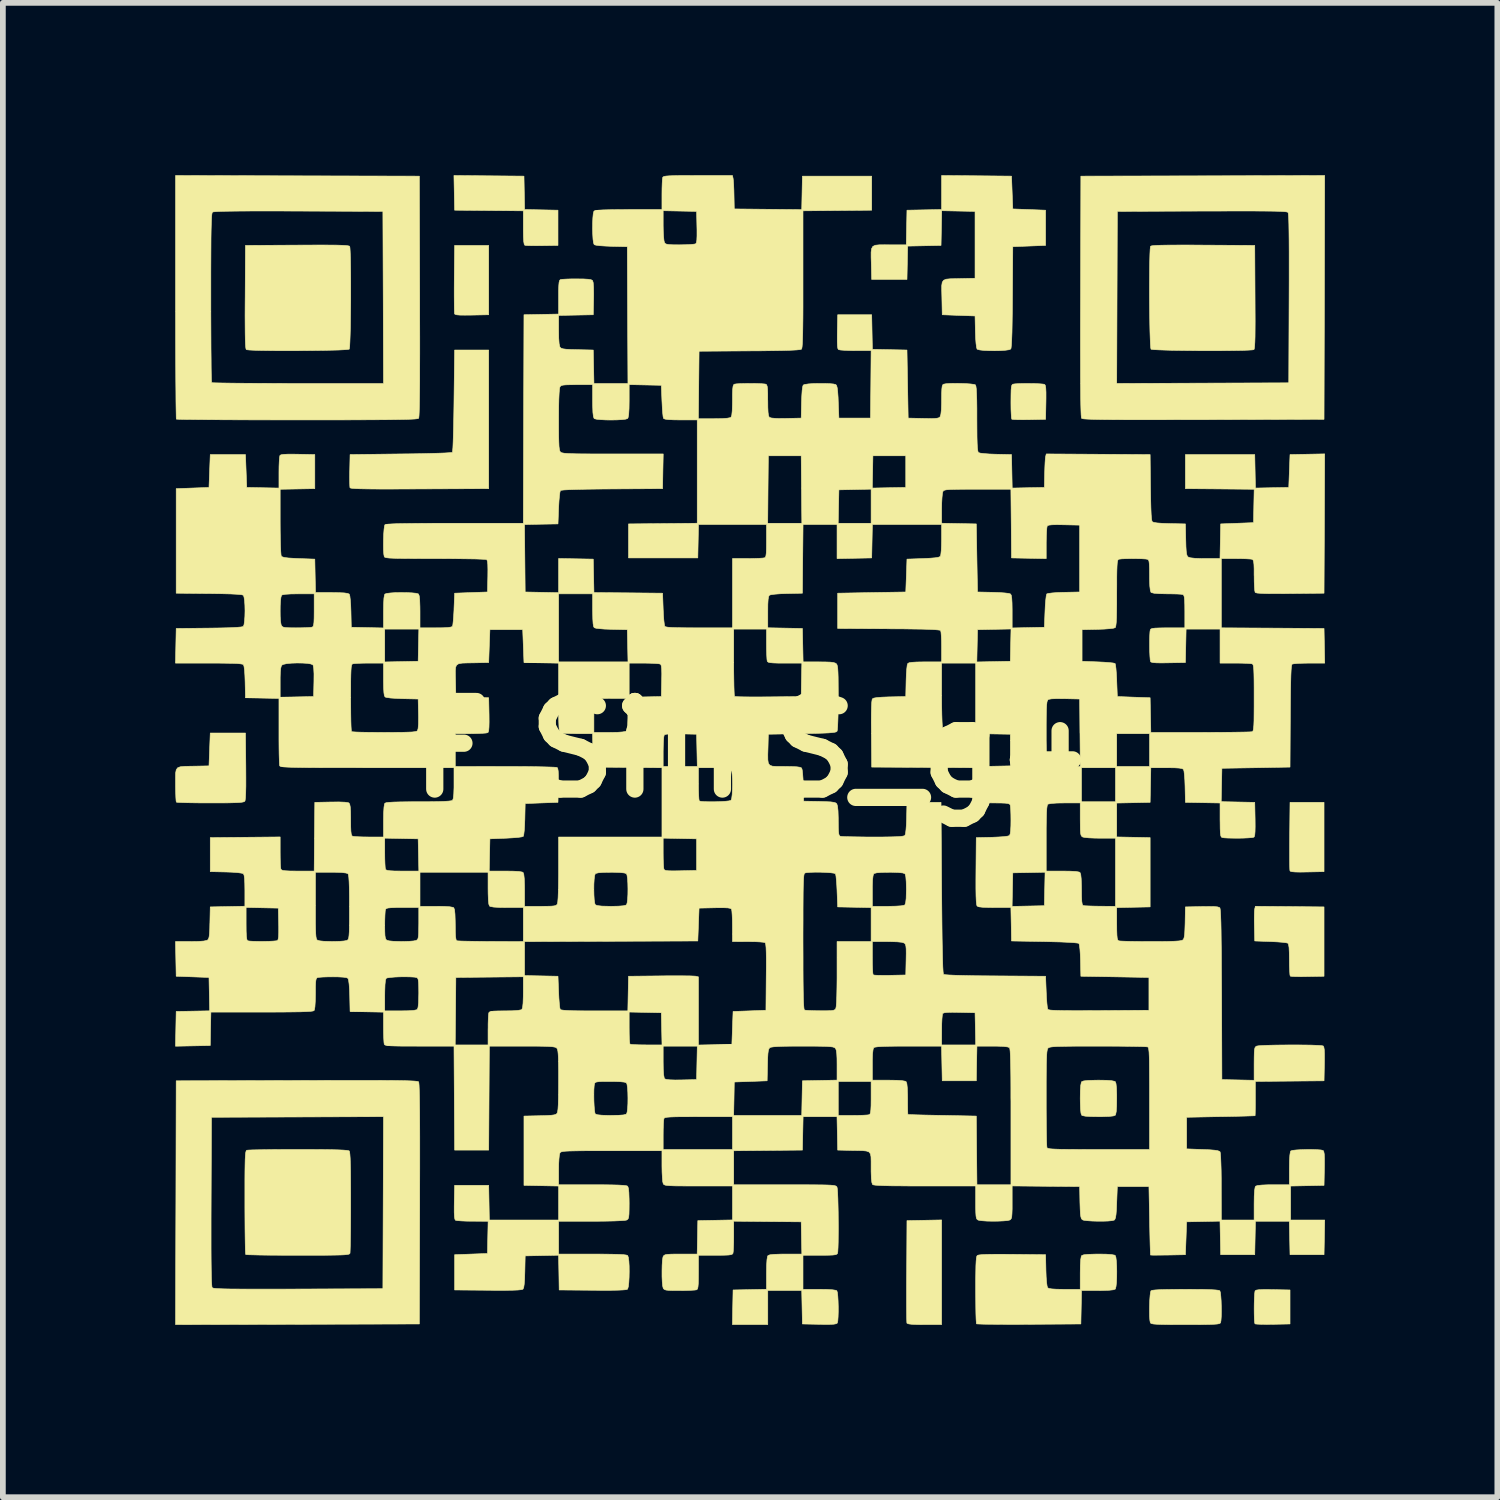
<source format=kicad_pcb>
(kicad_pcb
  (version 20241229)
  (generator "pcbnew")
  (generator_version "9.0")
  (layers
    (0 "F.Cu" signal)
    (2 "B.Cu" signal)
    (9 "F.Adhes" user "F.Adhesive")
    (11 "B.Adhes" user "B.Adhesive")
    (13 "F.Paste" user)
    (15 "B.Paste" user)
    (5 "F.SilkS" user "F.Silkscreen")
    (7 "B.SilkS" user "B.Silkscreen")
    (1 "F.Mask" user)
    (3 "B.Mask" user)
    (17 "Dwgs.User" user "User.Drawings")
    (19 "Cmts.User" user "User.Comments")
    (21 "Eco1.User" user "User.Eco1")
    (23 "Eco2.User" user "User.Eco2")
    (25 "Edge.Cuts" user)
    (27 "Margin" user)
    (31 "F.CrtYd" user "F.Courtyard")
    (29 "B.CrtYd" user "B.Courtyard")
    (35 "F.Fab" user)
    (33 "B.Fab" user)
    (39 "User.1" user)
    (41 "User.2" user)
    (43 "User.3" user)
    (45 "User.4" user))
  (footprint "F.SilkS_g4"
    (layer "F.Cu")
    (at 9.997 9.996)
    (property "Reference" "F.SilkS_g4" (at 0 0 0) (layer "F.SilkS") (effects (font (size 1.524 1.524) (thickness 0.3))))
    (attr through_hole)
    (fp_poly (pts (xy -4.54 -7.567) (xy -4.832 -7.561) (xy -4.955 -7.56) (xy -5.042 -7.561) (xy -5.097 -7.566) (xy -5.126 -7.575) (xy -5.134 -7.583) (xy -5.136 -7.61) (xy -5.138 -7.675) (xy -5.139 -7.77) (xy -5.14 -7.89) (xy -5.14 -8.029) (xy -5.139 -8.182) (xy -5.139 -8.192) (xy -5.133 -8.774) (xy -4.54 -8.774) (xy -4.54 -7.567)) (stroke (width 0.01) (type solid)) (fill yes) (layer "F.SilkS"))
    (fp_poly (pts (xy 10.001 2.127) (xy 9.71 2.133) (xy 9.586 2.135) (xy 9.499 2.133) (xy 9.444 2.128) (xy 9.415 2.12) (xy 9.408 2.112) (xy 9.405 2.084) (xy 9.403 2.02) (xy 9.402 1.925) (xy 9.402 1.805) (xy 9.402 1.665) (xy 9.403 1.512) (xy 9.403 1.503) (xy 9.409 0.921) (xy 10.001 0.921) (xy 10.001 2.127)) (stroke (width 0.01) (type solid)) (fill yes) (layer "F.SilkS"))
    (fp_poly (pts (xy 3.344 10.012) (xy 3.047 10.012) (xy 2.919 10.011) (xy 2.829 10.007) (xy 2.772 10) (xy 2.744 9.99) (xy 2.74 9.985) (xy 2.738 9.959) (xy 2.736 9.895) (xy 2.735 9.798) (xy 2.734 9.672) (xy 2.734 9.522) (xy 2.734 9.353) (xy 2.735 9.169) (xy 2.736 9.08) (xy 2.741 8.202) (xy 3.344 8.19) (xy 3.344 10.012)) (stroke (width 0.01) (type solid)) (fill yes) (layer "F.SilkS"))
    (fp_poly (pts (xy -3.926 -9.98) (xy -3.915 -9.399) (xy -3.624 -9.393) (xy -3.334 -9.387) (xy -3.334 -8.774) (xy -3.609 -8.77) (xy -3.714 -8.769) (xy -3.805 -8.77) (xy -3.873 -8.772) (xy -3.909 -8.776) (xy -3.911 -8.777) (xy -3.922 -8.795) (xy -3.93 -8.84) (xy -3.935 -8.918) (xy -3.937 -9.032) (xy -3.937 -9.082) (xy -3.937 -9.376) (xy -5.133 -9.387) (xy -5.139 -9.689) (xy -5.145 -9.991) (xy -3.926 -9.98)) (stroke (width 0.01) (type solid)) (fill yes) (layer "F.SilkS"))
    (fp_poly (pts (xy 9.114 9.403) (xy 9.409 9.409) (xy 9.409 10.001) (xy 9.111 10.007) (xy 9.003 10.008) (xy 8.91 10.007) (xy 8.841 10.004) (xy 8.803 10) (xy 8.799 9.998) (xy 8.792 9.971) (xy 8.788 9.912) (xy 8.786 9.831) (xy 8.785 9.736) (xy 8.786 9.64) (xy 8.789 9.55) (xy 8.793 9.478) (xy 8.799 9.432) (xy 8.802 9.424) (xy 8.821 9.412) (xy 8.864 9.405) (xy 8.936 9.402) (xy 9.042 9.402) (xy 9.114 9.403)) (stroke (width 0.01) (type solid)) (fill yes) (layer "F.SilkS"))
    (fp_poly (pts (xy 9.404 2.735) (xy 10.001 2.741) (xy 10.001 3.948) (xy 9.714 3.953) (xy 9.608 3.955) (xy 9.517 3.954) (xy 9.45 3.951) (xy 9.415 3.946) (xy 9.413 3.945) (xy 9.407 3.919) (xy 9.403 3.86) (xy 9.399 3.775) (xy 9.398 3.673) (xy 9.398 3.66) (xy 9.396 3.534) (xy 9.392 3.447) (xy 9.383 3.394) (xy 9.372 3.372) (xy 9.341 3.365) (xy 9.278 3.357) (xy 9.19 3.35) (xy 9.086 3.345) (xy 9.07 3.344) (xy 8.795 3.334) (xy 8.789 3.08) (xy 8.787 2.976) (xy 8.788 2.884) (xy 8.79 2.814) (xy 8.794 2.778) (xy 8.806 2.73) (xy 9.404 2.735)) (stroke (width 0.01) (type solid)) (fill yes) (layer "F.SilkS"))
    (fp_poly (pts (xy 4.873 -6.37) (xy 4.968 -6.369) (xy 5.051 -6.365) (xy 5.112 -6.36) (xy 5.139 -6.353) (xy 5.15 -6.334) (xy 5.157 -6.292) (xy 5.161 -6.219) (xy 5.161 -6.113) (xy 5.16 -6.041) (xy 5.154 -5.747) (xy 4.867 -5.741) (xy 4.761 -5.74) (xy 4.67 -5.741) (xy 4.603 -5.744) (xy 4.568 -5.748) (xy 4.566 -5.75) (xy 4.56 -5.775) (xy 4.556 -5.835) (xy 4.552 -5.92) (xy 4.551 -6.024) (xy 4.551 -6.055) (xy 4.552 -6.174) (xy 4.554 -6.257) (xy 4.559 -6.31) (xy 4.567 -6.341) (xy 4.58 -6.356) (xy 4.584 -6.358) (xy 4.622 -6.364) (xy 4.689 -6.368) (xy 4.776 -6.37) (xy 4.873 -6.37)) (stroke (width 0.01) (type solid)) (fill yes) (layer "F.SilkS"))
    (fp_poly (pts (xy 6.21 5.759) (xy 6.303 5.766) (xy 6.356 5.777) (xy 6.367 5.783) (xy 6.38 5.818) (xy 6.388 5.893) (xy 6.392 6.009) (xy 6.392 6.075) (xy 6.39 6.21) (xy 6.384 6.303) (xy 6.373 6.356) (xy 6.367 6.367) (xy 6.332 6.38) (xy 6.257 6.388) (xy 6.14 6.392) (xy 6.075 6.392) (xy 5.94 6.39) (xy 5.846 6.384) (xy 5.793 6.373) (xy 5.783 6.367) (xy 5.77 6.332) (xy 5.762 6.257) (xy 5.758 6.14) (xy 5.757 6.075) (xy 5.759 5.94) (xy 5.766 5.846) (xy 5.777 5.793) (xy 5.783 5.783) (xy 5.818 5.77) (xy 5.893 5.762) (xy 6.009 5.758) (xy 6.075 5.757) (xy 6.21 5.759)) (stroke (width 0.01) (type solid)) (fill yes) (layer "F.SilkS"))
    (fp_poly (pts (xy -8.768 0.294) (xy -8.767 0.487) (xy -8.767 0.641) (xy -8.77 0.757) (xy -8.774 0.838) (xy -8.78 0.887) (xy -8.786 0.902) (xy -8.802 0.911) (xy -8.833 0.918) (xy -8.886 0.924) (xy -8.963 0.927) (xy -9.07 0.93) (xy -9.211 0.931) (xy -9.386 0.931) (xy -9.539 0.931) (xy -9.677 0.929) (xy -9.795 0.927) (xy -9.888 0.924) (xy -9.951 0.921) (xy -9.976 0.917) (xy -9.977 0.917) (xy -9.982 0.892) (xy -9.986 0.833) (xy -9.989 0.747) (xy -9.991 0.644) (xy -9.991 0.611) (xy -9.991 0.494) (xy -9.99 0.41) (xy -9.979 0.354) (xy -9.955 0.32) (xy -9.91 0.302) (xy -9.838 0.295) (xy -9.734 0.292) (xy -9.652 0.291) (xy -9.409 0.286) (xy -9.398 0) (xy -9.387 -0.286) (xy -8.774 -0.286) (xy -8.768 0.294)) (stroke (width 0.01) (type solid)) (fill yes) (layer "F.SilkS"))
    (fp_poly (pts (xy -4.54 -4.54) (xy -5.742 -4.535) (xy -6.006 -4.534) (xy -6.23 -4.533) (xy -6.418 -4.533) (xy -6.572 -4.534) (xy -6.695 -4.536) (xy -6.791 -4.538) (xy -6.861 -4.541) (xy -6.91 -4.545) (xy -6.94 -4.549) (xy -6.953 -4.555) (xy -6.955 -4.557) (xy -6.958 -4.588) (xy -6.96 -4.652) (xy -6.961 -4.74) (xy -6.96 -4.844) (xy -6.959 -4.859) (xy -6.953 -5.133) (xy -6.071 -5.144) (xy -5.882 -5.146) (xy -5.706 -5.149) (xy -5.547 -5.153) (xy -5.41 -5.157) (xy -5.3 -5.161) (xy -5.222 -5.166) (xy -5.178 -5.17) (xy -5.172 -5.172) (xy -5.168 -5.196) (xy -5.163 -5.258) (xy -5.159 -5.354) (xy -5.155 -5.478) (xy -5.151 -5.626) (xy -5.148 -5.795) (xy -5.145 -5.978) (xy -5.144 -6.071) (xy -5.133 -6.953) (xy -4.54 -6.953) (xy -4.54 -4.54)) (stroke (width 0.01) (type solid)) (fill yes) (layer "F.SilkS"))
    (fp_poly (pts (xy 7.776 9.399) (xy 7.924 9.4) (xy 8.037 9.404) (xy 8.116 9.409) (xy 8.165 9.415) (xy 8.187 9.423) (xy 8.187 9.423) (xy 8.197 9.453) (xy 8.204 9.515) (xy 8.21 9.598) (xy 8.213 9.693) (xy 8.214 9.789) (xy 8.212 9.876) (xy 8.207 9.943) (xy 8.2 9.978) (xy 8.192 9.988) (xy 8.174 9.996) (xy 8.14 10.002) (xy 8.088 10.006) (xy 8.011 10.009) (xy 7.905 10.011) (xy 7.766 10.012) (xy 7.59 10.012) (xy 7.588 10.012) (xy 7.411 10.012) (xy 7.272 10.011) (xy 7.167 10.009) (xy 7.09 10.006) (xy 7.037 10.002) (xy 7.003 9.996) (xy 6.985 9.988) (xy 6.977 9.978) (xy 6.977 9.978) (xy 6.969 9.936) (xy 6.964 9.866) (xy 6.963 9.777) (xy 6.964 9.681) (xy 6.967 9.587) (xy 6.973 9.506) (xy 6.981 9.447) (xy 6.989 9.423) (xy 7.011 9.415) (xy 7.06 9.409) (xy 7.138 9.404) (xy 7.25 9.401) (xy 7.398 9.399) (xy 7.585 9.398) (xy 7.588 9.398) (xy 7.776 9.399)) (stroke (width 0.01) (type solid)) (fill yes) (layer "F.SilkS"))
    (fp_poly (pts (xy -7.304 -8.78) (xy -7.183 -8.779) (xy -7.092 -8.776) (xy -7.027 -8.772) (xy -6.986 -8.767) (xy -6.964 -8.761) (xy -6.96 -8.758) (xy -6.955 -8.729) (xy -6.951 -8.664) (xy -6.947 -8.567) (xy -6.945 -8.445) (xy -6.943 -8.303) (xy -6.942 -8.146) (xy -6.942 -7.98) (xy -6.942 -7.81) (xy -6.944 -7.642) (xy -6.946 -7.482) (xy -6.948 -7.333) (xy -6.952 -7.203) (xy -6.956 -7.096) (xy -6.96 -7.018) (xy -6.966 -6.975) (xy -6.968 -6.968) (xy -6.994 -6.963) (xy -7.057 -6.958) (xy -7.151 -6.953) (xy -7.271 -6.95) (xy -7.412 -6.947) (xy -7.568 -6.945) (xy -7.734 -6.943) (xy -7.903 -6.942) (xy -8.072 -6.942) (xy -8.233 -6.942) (xy -8.383 -6.944) (xy -8.514 -6.946) (xy -8.623 -6.949) (xy -8.703 -6.953) (xy -8.75 -6.958) (xy -8.758 -6.96) (xy -8.765 -6.973) (xy -8.77 -7.005) (xy -8.774 -7.058) (xy -8.777 -7.136) (xy -8.779 -7.242) (xy -8.78 -7.379) (xy -8.781 -7.551) (xy -8.78 -7.761) (xy -8.779 -7.875) (xy -8.774 -8.774) (xy -7.875 -8.779) (xy -7.647 -8.78) (xy -7.457 -8.781) (xy -7.304 -8.78)) (stroke (width 0.01) (type solid)) (fill yes) (layer "F.SilkS"))
    (fp_poly (pts (xy 7.782 -8.78) (xy 7.897 -8.779) (xy 8.795 -8.774) (xy 8.8 -7.875) (xy 8.801 -7.647) (xy 8.802 -7.457) (xy 8.801 -7.304) (xy 8.8 -7.183) (xy 8.797 -7.092) (xy 8.793 -7.027) (xy 8.789 -6.986) (xy 8.783 -6.964) (xy 8.779 -6.96) (xy 8.75 -6.955) (xy 8.685 -6.951) (xy 8.588 -6.947) (xy 8.466 -6.945) (xy 8.324 -6.943) (xy 8.167 -6.942) (xy 8.001 -6.942) (xy 7.832 -6.942) (xy 7.664 -6.944) (xy 7.503 -6.946) (xy 7.354 -6.948) (xy 7.224 -6.952) (xy 7.117 -6.956) (xy 7.04 -6.96) (xy 6.996 -6.966) (xy 6.989 -6.968) (xy 6.984 -6.994) (xy 6.979 -7.057) (xy 6.975 -7.151) (xy 6.971 -7.271) (xy 6.968 -7.412) (xy 6.966 -7.568) (xy 6.964 -7.734) (xy 6.963 -7.903) (xy 6.963 -8.072) (xy 6.964 -8.233) (xy 6.965 -8.383) (xy 6.967 -8.514) (xy 6.97 -8.623) (xy 6.974 -8.703) (xy 6.979 -8.75) (xy 6.981 -8.758) (xy 6.994 -8.765) (xy 7.026 -8.77) (xy 7.079 -8.774) (xy 7.157 -8.777) (xy 7.263 -8.779) (xy 7.401 -8.78) (xy 7.572 -8.781) (xy 7.782 -8.78)) (stroke (width 0.01) (type solid)) (fill yes) (layer "F.SilkS"))
    (fp_poly (pts (xy -6.704 5.761) (xy -6.499 5.761) (xy -6.324 5.762) (xy -6.177 5.763) (xy -6.057 5.765) (xy -5.961 5.767) (xy -5.887 5.77) (xy -5.832 5.773) (xy -5.794 5.777) (xy -5.771 5.781) (xy -5.76 5.786) (xy -5.76 5.786) (xy -5.756 5.804) (xy -5.752 5.847) (xy -5.749 5.917) (xy -5.746 6.016) (xy -5.744 6.145) (xy -5.742 6.306) (xy -5.741 6.5) (xy -5.74 6.73) (xy -5.74 6.995) (xy -5.74 7.299) (xy -5.741 7.643) (xy -5.741 7.908) (xy -5.747 10.001) (xy -7.869 10.007) (xy -9.991 10.012) (xy -9.987 8.451) (xy -9.373 8.451) (xy -9.373 8.682) (xy -9.372 8.876) (xy -9.37 9.035) (xy -9.368 9.161) (xy -9.365 9.255) (xy -9.361 9.32) (xy -9.357 9.358) (xy -9.353 9.369) (xy -9.342 9.375) (xy -9.319 9.38) (xy -9.28 9.384) (xy -9.223 9.387) (xy -9.144 9.39) (xy -9.042 9.392) (xy -8.913 9.393) (xy -8.755 9.394) (xy -8.565 9.394) (xy -8.34 9.394) (xy -8.077 9.394) (xy -7.855 9.393) (xy -6.382 9.387) (xy -6.371 6.392) (xy -9.366 6.403) (xy -9.372 7.872) (xy -9.373 8.182) (xy -9.373 8.451) (xy -9.987 8.451) (xy -9.985 7.89) (xy -9.98 5.768) (xy -7.882 5.763) (xy -7.53 5.762) (xy -7.218 5.761) (xy -6.943 5.761) (xy -6.704 5.761)) (stroke (width 0.01) (type solid)) (fill yes) (layer "F.SilkS"))
    (fp_poly (pts (xy 10.007 -7.869) (xy 10.001 -5.747) (xy 7.903 -5.741) (xy 7.551 -5.741) (xy 7.239 -5.74) (xy 6.964 -5.74) (xy 6.726 -5.74) (xy 6.52 -5.74) (xy 6.345 -5.741) (xy 6.199 -5.742) (xy 6.078 -5.744) (xy 5.982 -5.746) (xy 5.908 -5.749) (xy 5.853 -5.752) (xy 5.815 -5.755) (xy 5.792 -5.76) (xy 5.781 -5.764) (xy 5.781 -5.765) (xy 5.777 -5.782) (xy 5.773 -5.826) (xy 5.77 -5.896) (xy 5.767 -5.995) (xy 5.765 -6.124) (xy 5.764 -6.285) (xy 5.763 -6.371) (xy 6.392 -6.371) (xy 9.387 -6.382) (xy 9.393 -7.85) (xy 9.394 -8.16) (xy 9.394 -8.43) (xy 9.394 -8.66) (xy 9.393 -8.854) (xy 9.391 -9.013) (xy 9.389 -9.139) (xy 9.386 -9.234) (xy 9.382 -9.299) (xy 9.378 -9.337) (xy 9.374 -9.348) (xy 9.364 -9.354) (xy 9.34 -9.359) (xy 9.301 -9.363) (xy 9.244 -9.366) (xy 9.165 -9.369) (xy 9.063 -9.371) (xy 8.934 -9.372) (xy 8.776 -9.373) (xy 8.586 -9.373) (xy 8.361 -9.373) (xy 8.099 -9.372) (xy 7.877 -9.372) (xy 6.403 -9.366) (xy 6.392 -6.371) (xy 5.763 -6.371) (xy 5.762 -6.479) (xy 5.762 -6.708) (xy 5.761 -6.974) (xy 5.761 -7.278) (xy 5.762 -7.621) (xy 5.763 -7.887) (xy 5.768 -9.98) (xy 7.89 -9.985) (xy 10.012 -9.991) (xy 10.007 -7.869)) (stroke (width 0.01) (type solid)) (fill yes) (layer "F.SilkS"))
    (fp_poly (pts (xy 3.953 -9.986) (xy 4.561 -9.98) (xy 4.572 -9.694) (xy 4.583 -9.409) (xy 4.868 -9.398) (xy 5.154 -9.387) (xy 5.154 -8.774) (xy 4.868 -8.763) (xy 4.583 -8.752) (xy 4.577 -7.876) (xy 4.575 -7.629) (xy 4.572 -7.423) (xy 4.569 -7.257) (xy 4.564 -7.13) (xy 4.559 -7.041) (xy 4.553 -6.988) (xy 4.548 -6.971) (xy 4.517 -6.958) (xy 4.453 -6.949) (xy 4.368 -6.943) (xy 4.271 -6.941) (xy 4.172 -6.942) (xy 4.082 -6.946) (xy 4.01 -6.954) (xy 3.967 -6.966) (xy 3.961 -6.97) (xy 3.952 -7.002) (xy 3.943 -7.069) (xy 3.936 -7.162) (xy 3.932 -7.272) (xy 3.926 -7.546) (xy 3.641 -7.556) (xy 3.355 -7.567) (xy 3.349 -7.868) (xy 3.346 -7.988) (xy 3.346 -8.074) (xy 3.355 -8.132) (xy 3.379 -8.167) (xy 3.423 -8.186) (xy 3.494 -8.193) (xy 3.598 -8.195) (xy 3.683 -8.197) (xy 3.926 -8.202) (xy 3.926 -9.366) (xy 3.346 -9.378) (xy 3.34 -9.076) (xy 3.334 -8.774) (xy 2.753 -8.762) (xy 2.747 -8.471) (xy 2.741 -8.181) (xy 2.127 -8.181) (xy 2.121 -8.435) (xy 2.117 -8.564) (xy 2.117 -8.657) (xy 2.126 -8.719) (xy 2.148 -8.757) (xy 2.19 -8.777) (xy 2.257 -8.784) (xy 2.354 -8.785) (xy 2.434 -8.784) (xy 2.729 -8.784) (xy 2.735 -9.086) (xy 2.741 -9.387) (xy 3.344 -9.399) (xy 3.344 -9.991) (xy 3.953 -9.986)) (stroke (width 0.01) (type solid)) (fill yes) (layer "F.SilkS"))
    (fp_poly (pts (xy -7.625 6.964) (xy -7.435 6.965) (xy -7.281 6.967) (xy -7.161 6.97) (xy -7.072 6.974) (xy -7.012 6.979) (xy -6.978 6.985) (xy -6.968 6.989) (xy -6.961 7.008) (xy -6.956 7.05) (xy -6.951 7.119) (xy -6.948 7.217) (xy -6.945 7.348) (xy -6.944 7.513) (xy -6.943 7.716) (xy -6.943 7.877) (xy -6.943 8.064) (xy -6.944 8.24) (xy -6.945 8.398) (xy -6.947 8.535) (xy -6.949 8.644) (xy -6.952 8.723) (xy -6.954 8.766) (xy -6.956 8.772) (xy -6.962 8.78) (xy -6.978 8.787) (xy -7.007 8.792) (xy -7.052 8.797) (xy -7.117 8.8) (xy -7.207 8.802) (xy -7.324 8.804) (xy -7.473 8.805) (xy -7.656 8.805) (xy -7.862 8.805) (xy -8.053 8.805) (xy -8.23 8.804) (xy -8.39 8.803) (xy -8.527 8.801) (xy -8.638 8.798) (xy -8.718 8.796) (xy -8.762 8.793) (xy -8.77 8.791) (xy -8.773 8.768) (xy -8.776 8.706) (xy -8.778 8.611) (xy -8.78 8.488) (xy -8.782 8.339) (xy -8.783 8.171) (xy -8.784 7.987) (xy -8.784 7.883) (xy -8.784 7.664) (xy -8.784 7.482) (xy -8.783 7.336) (xy -8.781 7.221) (xy -8.779 7.133) (xy -8.775 7.069) (xy -8.771 7.025) (xy -8.765 6.998) (xy -8.758 6.983) (xy -8.751 6.977) (xy -8.723 6.974) (xy -8.657 6.971) (xy -8.559 6.969) (xy -8.432 6.967) (xy -8.281 6.965) (xy -8.112 6.964) (xy -7.928 6.964) (xy -7.855 6.964) (xy -7.625 6.964)) (stroke (width 0.01) (type solid)) (fill yes) (layer "F.SilkS"))
    (fp_poly (pts (xy 6.21 8.786) (xy 6.303 8.793) (xy 6.356 8.803) (xy 6.367 8.81) (xy 6.378 8.842) (xy 6.386 8.906) (xy 6.391 8.992) (xy 6.393 9.089) (xy 6.392 9.188) (xy 6.388 9.278) (xy 6.38 9.348) (xy 6.37 9.389) (xy 6.367 9.394) (xy 6.334 9.406) (xy 6.261 9.414) (xy 6.149 9.418) (xy 6.061 9.419) (xy 5.78 9.419) (xy 5.774 9.71) (xy 5.768 10.001) (xy 4.867 10.007) (xy 4.675 10.008) (xy 4.497 10.008) (xy 4.337 10.007) (xy 4.198 10.006) (xy 4.086 10.005) (xy 4.005 10.002) (xy 3.96 10) (xy 3.951 9.998) (xy 3.948 9.974) (xy 3.944 9.913) (xy 3.941 9.821) (xy 3.939 9.704) (xy 3.938 9.566) (xy 3.937 9.415) (xy 3.937 9.408) (xy 3.937 9.229) (xy 3.939 9.089) (xy 3.941 8.983) (xy 3.945 8.906) (xy 3.95 8.854) (xy 3.957 8.822) (xy 3.966 8.808) (xy 3.992 8.8) (xy 4.048 8.794) (xy 4.138 8.79) (xy 4.264 8.788) (xy 4.429 8.788) (xy 4.575 8.789) (xy 5.154 8.795) (xy 5.16 9.069) (xy 5.164 9.18) (xy 5.171 9.273) (xy 5.18 9.339) (xy 5.189 9.37) (xy 5.213 9.383) (xy 5.264 9.391) (xy 5.347 9.396) (xy 5.466 9.398) (xy 5.485 9.398) (xy 5.757 9.398) (xy 5.757 9.116) (xy 5.759 8.979) (xy 5.765 8.882) (xy 5.775 8.825) (xy 5.783 8.81) (xy 5.818 8.797) (xy 5.893 8.789) (xy 6.009 8.785) (xy 6.075 8.784) (xy 6.21 8.786)) (stroke (width 0.01) (type solid)) (fill yes) (layer "F.SilkS"))
    (fp_poly (pts (xy -7.869 -9.985) (xy -5.747 -9.98) (xy -5.741 -7.887) (xy -5.741 -7.514) (xy -5.74 -7.182) (xy -5.74 -6.889) (xy -5.741 -6.634) (xy -5.741 -6.415) (xy -5.743 -6.23) (xy -5.745 -6.079) (xy -5.747 -5.959) (xy -5.75 -5.869) (xy -5.753 -5.808) (xy -5.757 -5.774) (xy -5.76 -5.765) (xy -5.77 -5.76) (xy -5.792 -5.756) (xy -5.83 -5.752) (xy -5.885 -5.749) (xy -5.959 -5.746) (xy -6.055 -5.744) (xy -6.176 -5.742) (xy -6.323 -5.74) (xy -6.498 -5.739) (xy -6.705 -5.738) (xy -6.945 -5.737) (xy -7.22 -5.736) (xy -7.533 -5.736) (xy -7.873 -5.736) (xy -8.167 -5.736) (xy -8.449 -5.737) (xy -8.716 -5.737) (xy -8.965 -5.738) (xy -9.193 -5.739) (xy -9.398 -5.741) (xy -9.577 -5.742) (xy -9.726 -5.744) (xy -9.843 -5.745) (xy -9.925 -5.747) (xy -9.969 -5.749) (xy -9.977 -5.75) (xy -9.979 -5.773) (xy -9.98 -5.835) (xy -9.982 -5.934) (xy -9.984 -6.066) (xy -9.985 -6.23) (xy -9.987 -6.421) (xy -9.988 -6.638) (xy -9.989 -6.877) (xy -9.99 -7.135) (xy -9.99 -7.41) (xy -9.991 -7.699) (xy -9.991 -7.864) (xy -9.377 -7.864) (xy -9.377 -7.619) (xy -9.376 -7.386) (xy -9.375 -7.169) (xy -9.374 -6.972) (xy -9.372 -6.797) (xy -9.371 -6.649) (xy -9.369 -6.53) (xy -9.367 -6.445) (xy -9.364 -6.396) (xy -9.363 -6.385) (xy -9.34 -6.383) (xy -9.278 -6.381) (xy -9.18 -6.379) (xy -9.051 -6.377) (xy -8.893 -6.375) (xy -8.71 -6.374) (xy -8.504 -6.373) (xy -8.281 -6.372) (xy -8.042 -6.371) (xy -7.86 -6.371) (xy -6.371 -6.371) (xy -6.376 -7.869) (xy -6.382 -9.366) (xy -7.85 -9.372) (xy -8.161 -9.373) (xy -8.431 -9.373) (xy -8.663 -9.373) (xy -8.857 -9.372) (xy -9.016 -9.37) (xy -9.142 -9.368) (xy -9.237 -9.365) (xy -9.302 -9.361) (xy -9.338 -9.357) (xy -9.348 -9.353) (xy -9.354 -9.342) (xy -9.359 -9.318) (xy -9.363 -9.278) (xy -9.366 -9.218) (xy -9.369 -9.137) (xy -9.372 -9.032) (xy -9.374 -8.9) (xy -9.375 -8.738) (xy -9.376 -8.544) (xy -9.377 -8.314) (xy -9.377 -8.046) (xy -9.377 -7.864) (xy -9.991 -7.864) (xy -9.991 -7.878) (xy -9.991 -9.991) (xy -7.869 -9.985)) (stroke (width 0.01) (type solid)) (fill yes) (layer "F.SilkS"))
    (fp_poly (pts (xy -0.286 -9.943) (xy -0.281 -9.903) (xy -0.276 -9.832) (xy -0.272 -9.739) (xy -0.27 -9.652) (xy -0.265 -9.409) (xy 0.322 -9.403) (xy 0.909 -9.397) (xy 0.915 -9.689) (xy 0.921 -9.98) (xy 2.127 -9.98) (xy 2.127 -9.387) (xy 0.931 -9.376) (xy 0.931 -8.183) (xy 0.931 -7.92) (xy 0.931 -7.697) (xy 0.93 -7.51) (xy 0.928 -7.356) (xy 0.926 -7.233) (xy 0.923 -7.137) (xy 0.92 -7.065) (xy 0.916 -7.016) (xy 0.911 -6.984) (xy 0.905 -6.969) (xy 0.903 -6.967) (xy 0.877 -6.96) (xy 0.815 -6.954) (xy 0.717 -6.949) (xy 0.581 -6.945) (xy 0.406 -6.942) (xy 0.191 -6.939) (xy -0.002 -6.938) (xy -0.878 -6.932) (xy -0.884 -6.345) (xy -0.89 -5.757) (xy -0.618 -5.757) (xy -0.483 -5.759) (xy -0.388 -5.766) (xy -0.334 -5.776) (xy -0.322 -5.783) (xy -0.309 -5.817) (xy -0.301 -5.892) (xy -0.297 -6.008) (xy -0.296 -6.077) (xy -0.296 -6.191) (xy -0.293 -6.269) (xy -0.287 -6.318) (xy -0.278 -6.346) (xy -0.264 -6.358) (xy -0.263 -6.358) (xy -0.227 -6.364) (xy -0.159 -6.368) (xy -0.071 -6.37) (xy 0.026 -6.371) (xy 0.122 -6.37) (xy 0.204 -6.367) (xy 0.263 -6.362) (xy 0.284 -6.358) (xy 0.298 -6.347) (xy 0.308 -6.32) (xy 0.314 -6.272) (xy 0.317 -6.196) (xy 0.317 -6.085) (xy 0.318 -6.075) (xy 0.319 -5.954) (xy 0.323 -5.87) (xy 0.33 -5.816) (xy 0.342 -5.786) (xy 0.347 -5.78) (xy 0.385 -5.769) (xy 0.465 -5.762) (xy 0.587 -5.761) (xy 0.638 -5.762) (xy 0.9 -5.768) (xy 0.906 -6.042) (xy 0.91 -6.153) (xy 0.916 -6.246) (xy 0.925 -6.312) (xy 0.935 -6.343) (xy 0.964 -6.354) (xy 1.026 -6.363) (xy 1.11 -6.369) (xy 1.205 -6.371) (xy 1.302 -6.371) (xy 1.39 -6.368) (xy 1.46 -6.362) (xy 1.501 -6.352) (xy 1.503 -6.351) (xy 1.517 -6.332) (xy 1.527 -6.294) (xy 1.535 -6.228) (xy 1.542 -6.131) (xy 1.545 -6.049) (xy 1.556 -5.768) (xy 2.106 -5.768) (xy 2.112 -6.355) (xy 2.117 -6.943) (xy 1.847 -6.943) (xy 1.743 -6.944) (xy 1.653 -6.948) (xy 1.586 -6.953) (xy 1.551 -6.96) (xy 1.55 -6.96) (xy 1.538 -6.979) (xy 1.531 -7.022) (xy 1.528 -7.094) (xy 1.528 -7.201) (xy 1.529 -7.272) (xy 1.535 -7.567) (xy 2.127 -7.567) (xy 2.133 -7.266) (xy 2.139 -6.965) (xy 2.44 -6.959) (xy 2.741 -6.953) (xy 2.762 -5.768) (xy 3.027 -5.762) (xy 3.139 -5.76) (xy 3.216 -5.761) (xy 3.266 -5.766) (xy 3.297 -5.774) (xy 3.315 -5.788) (xy 3.318 -5.792) (xy 3.331 -5.834) (xy 3.34 -5.914) (xy 3.344 -6.035) (xy 3.344 -6.087) (xy 3.345 -6.199) (xy 3.348 -6.274) (xy 3.354 -6.322) (xy 3.364 -6.348) (xy 3.378 -6.358) (xy 3.42 -6.366) (xy 3.49 -6.371) (xy 3.579 -6.372) (xy 3.675 -6.371) (xy 3.769 -6.368) (xy 3.851 -6.362) (xy 3.909 -6.354) (xy 3.933 -6.346) (xy 3.941 -6.324) (xy 3.948 -6.275) (xy 3.952 -6.196) (xy 3.956 -6.084) (xy 3.958 -5.935) (xy 3.958 -5.756) (xy 3.959 -5.577) (xy 3.96 -5.437) (xy 3.963 -5.331) (xy 3.967 -5.255) (xy 3.973 -5.205) (xy 3.98 -5.177) (xy 3.986 -5.168) (xy 4.018 -5.158) (xy 4.084 -5.15) (xy 4.177 -5.143) (xy 4.288 -5.139) (xy 4.561 -5.133) (xy 4.567 -4.841) (xy 4.573 -4.55) (xy 4.853 -4.556) (xy 5.133 -4.561) (xy 5.138 -4.805) (xy 5.141 -4.907) (xy 5.145 -4.997) (xy 5.15 -5.064) (xy 5.154 -5.096) (xy 5.166 -5.144) (xy 6.974 -5.133) (xy 6.98 -4.563) (xy 6.983 -4.369) (xy 6.987 -4.21) (xy 6.992 -4.09) (xy 6.999 -4.009) (xy 7.007 -3.969) (xy 7.009 -3.966) (xy 7.036 -3.953) (xy 7.094 -3.943) (xy 7.188 -3.936) (xy 7.31 -3.932) (xy 7.588 -3.926) (xy 7.594 -3.651) (xy 7.597 -3.534) (xy 7.602 -3.453) (xy 7.609 -3.4) (xy 7.62 -3.368) (xy 7.635 -3.35) (xy 7.635 -3.35) (xy 7.676 -3.336) (xy 7.757 -3.327) (xy 7.879 -3.323) (xy 7.93 -3.323) (xy 8.19 -3.323) (xy 8.202 -3.926) (xy 8.488 -3.937) (xy 8.774 -3.948) (xy 8.779 -4.238) (xy 8.785 -4.529) (xy 8.187 -4.535) (xy 7.588 -4.54) (xy 7.588 -5.133) (xy 8.795 -5.133) (xy 8.807 -4.55) (xy 9.097 -4.556) (xy 9.387 -4.561) (xy 9.398 -4.847) (xy 9.409 -5.133) (xy 9.71 -5.139) (xy 10.012 -5.145) (xy 10.007 -3.932) (xy 10.001 -2.72) (xy 9.41 -2.714) (xy 9.227 -2.713) (xy 9.083 -2.713) (xy 8.973 -2.714) (xy 8.893 -2.718) (xy 8.841 -2.722) (xy 8.811 -2.729) (xy 8.802 -2.735) (xy 8.795 -2.766) (xy 8.79 -2.83) (xy 8.786 -2.918) (xy 8.785 -3.021) (xy 8.784 -3.03) (xy 8.784 -3.143) (xy 8.781 -3.221) (xy 8.775 -3.271) (xy 8.765 -3.298) (xy 8.751 -3.31) (xy 8.751 -3.31) (xy 8.717 -3.315) (xy 8.651 -3.319) (xy 8.562 -3.322) (xy 8.465 -3.323) (xy 8.213 -3.323) (xy 8.213 -2.117) (xy 9.107 -2.112) (xy 10.001 -2.106) (xy 10.013 -1.503) (xy 9.743 -1.503) (xy 9.638 -1.501) (xy 9.548 -1.498) (xy 9.481 -1.492) (xy 9.447 -1.486) (xy 9.446 -1.486) (xy 9.439 -1.471) (xy 9.433 -1.436) (xy 9.428 -1.376) (xy 9.424 -1.288) (xy 9.421 -1.171) (xy 9.418 -1.021) (xy 9.416 -0.834) (xy 9.414 -0.609) (xy 9.414 -0.581) (xy 9.409 0.307) (xy 8.816 0.318) (xy 8.223 0.328) (xy 8.211 0.909) (xy 8.795 0.921) (xy 8.801 1.215) (xy 8.802 1.342) (xy 8.8 1.432) (xy 8.795 1.489) (xy 8.786 1.52) (xy 8.779 1.527) (xy 8.748 1.534) (xy 8.685 1.539) (xy 8.601 1.543) (xy 8.505 1.545) (xy 8.409 1.544) (xy 8.323 1.542) (xy 8.258 1.538) (xy 8.225 1.532) (xy 8.211 1.521) (xy 8.202 1.496) (xy 8.196 1.45) (xy 8.193 1.377) (xy 8.192 1.27) (xy 8.191 1.226) (xy 8.191 0.932) (xy 7.588 0.921) (xy 7.582 0.647) (xy 7.578 0.535) (xy 7.571 0.442) (xy 7.563 0.376) (xy 7.553 0.345) (xy 7.529 0.333) (xy 7.478 0.324) (xy 7.395 0.319) (xy 7.276 0.318) (xy 7.258 0.318) (xy 6.986 0.318) (xy 6.98 0.619) (xy 6.974 0.921) (xy 6.683 0.927) (xy 6.392 0.933) (xy 6.392 1.523) (xy 6.683 1.529) (xy 6.974 1.535) (xy 6.974 2.741) (xy 6.683 2.747) (xy 6.392 2.753) (xy 6.392 3.036) (xy 6.393 3.153) (xy 6.396 3.234) (xy 6.401 3.286) (xy 6.41 3.316) (xy 6.422 3.33) (xy 6.426 3.331) (xy 6.456 3.335) (xy 6.521 3.338) (xy 6.617 3.341) (xy 6.737 3.343) (xy 6.874 3.344) (xy 6.983 3.344) (xy 7.161 3.344) (xy 7.301 3.342) (xy 7.405 3.338) (xy 7.478 3.333) (xy 7.523 3.325) (xy 7.541 3.318) (xy 7.557 3.3) (xy 7.567 3.268) (xy 7.575 3.215) (xy 7.579 3.133) (xy 7.583 3.017) (xy 7.583 3.016) (xy 7.588 2.741) (xy 7.876 2.735) (xy 8 2.734) (xy 8.087 2.735) (xy 8.144 2.74) (xy 8.177 2.75) (xy 8.188 2.758) (xy 8.193 2.778) (xy 8.198 2.826) (xy 8.202 2.903) (xy 8.206 3.011) (xy 8.209 3.152) (xy 8.211 3.328) (xy 8.214 3.54) (xy 8.215 3.789) (xy 8.217 4.079) (xy 8.218 4.267) (xy 8.223 5.747) (xy 8.504 5.753) (xy 8.784 5.759) (xy 8.784 5.473) (xy 8.785 5.357) (xy 8.787 5.276) (xy 8.791 5.224) (xy 8.799 5.192) (xy 8.812 5.174) (xy 8.825 5.165) (xy 8.857 5.159) (xy 8.924 5.154) (xy 9.019 5.15) (xy 9.135 5.147) (xy 9.265 5.145) (xy 9.403 5.144) (xy 9.54 5.144) (xy 9.67 5.145) (xy 9.787 5.147) (xy 9.883 5.151) (xy 9.951 5.155) (xy 9.985 5.161) (xy 9.986 5.161) (xy 9.997 5.18) (xy 10.005 5.223) (xy 10.008 5.295) (xy 10.008 5.402) (xy 10.007 5.473) (xy 10.001 5.768) (xy 8.805 5.779) (xy 8.805 6.075) (xy 8.805 6.182) (xy 8.804 6.272) (xy 8.803 6.339) (xy 8.801 6.373) (xy 8.8 6.376) (xy 8.778 6.377) (xy 8.72 6.379) (xy 8.63 6.382) (xy 8.514 6.385) (xy 8.377 6.388) (xy 8.225 6.391) (xy 8.202 6.391) (xy 7.609 6.403) (xy 7.609 6.953) (xy 7.891 6.964) (xy 8.012 6.969) (xy 8.097 6.976) (xy 8.152 6.985) (xy 8.182 6.997) (xy 8.192 7.006) (xy 8.197 7.035) (xy 8.202 7.102) (xy 8.206 7.199) (xy 8.21 7.323) (xy 8.212 7.468) (xy 8.212 7.615) (xy 8.213 8.191) (xy 8.784 8.191) (xy 8.784 7.91) (xy 8.786 7.773) (xy 8.792 7.676) (xy 8.802 7.619) (xy 8.81 7.603) (xy 8.843 7.591) (xy 8.915 7.583) (xy 9.027 7.578) (xy 9.116 7.578) (xy 9.398 7.578) (xy 9.398 7.296) (xy 9.4 7.159) (xy 9.406 7.062) (xy 9.415 7.005) (xy 9.423 6.989) (xy 9.454 6.979) (xy 9.516 6.972) (xy 9.6 6.967) (xy 9.695 6.964) (xy 9.792 6.964) (xy 9.879 6.967) (xy 9.947 6.972) (xy 9.985 6.981) (xy 9.986 6.982) (xy 9.997 7.001) (xy 10.005 7.043) (xy 10.008 7.116) (xy 10.008 7.222) (xy 10.007 7.294) (xy 10.001 7.588) (xy 9.71 7.594) (xy 9.419 7.6) (xy 9.419 8.191) (xy 10.013 8.191) (xy 10.001 8.795) (xy 9.409 8.795) (xy 9.403 8.504) (xy 9.397 8.213) (xy 8.807 8.213) (xy 8.801 8.504) (xy 8.795 8.795) (xy 8.202 8.795) (xy 8.19 8.211) (xy 7.9 8.217) (xy 7.609 8.223) (xy 7.599 8.509) (xy 7.588 8.795) (xy 7.287 8.801) (xy 7.179 8.802) (xy 7.087 8.803) (xy 7.02 8.803) (xy 6.984 8.801) (xy 6.981 8.801) (xy 6.979 8.779) (xy 6.977 8.72) (xy 6.974 8.63) (xy 6.971 8.514) (xy 6.968 8.377) (xy 6.965 8.225) (xy 6.965 8.202) (xy 6.953 7.609) (xy 6.403 7.609) (xy 6.392 7.891) (xy 6.387 8.012) (xy 6.38 8.097) (xy 6.371 8.152) (xy 6.359 8.182) (xy 6.35 8.192) (xy 6.312 8.202) (xy 6.243 8.209) (xy 6.155 8.212) (xy 6.057 8.212) (xy 5.961 8.209) (xy 5.877 8.203) (xy 5.817 8.195) (xy 5.794 8.186) (xy 5.778 8.168) (xy 5.768 8.136) (xy 5.76 8.083) (xy 5.756 8.002) (xy 5.752 7.885) (xy 5.752 7.885) (xy 5.747 7.609) (xy 5.159 7.604) (xy 4.572 7.598) (xy 4.572 7.884) (xy 4.572 7.999) (xy 4.569 8.08) (xy 4.565 8.132) (xy 4.557 8.164) (xy 4.544 8.182) (xy 4.531 8.191) (xy 4.49 8.201) (xy 4.419 8.207) (xy 4.328 8.211) (xy 4.228 8.212) (xy 4.132 8.21) (xy 4.049 8.204) (xy 3.993 8.196) (xy 3.978 8.191) (xy 3.961 8.179) (xy 3.95 8.158) (xy 3.943 8.122) (xy 3.939 8.063) (xy 3.937 7.974) (xy 3.937 7.884) (xy 3.937 7.599) (xy 3.052 7.599) (xy 2.819 7.599) (xy 2.625 7.597) (xy 2.468 7.596) (xy 2.346 7.593) (xy 2.254 7.589) (xy 2.192 7.585) (xy 2.155 7.579) (xy 2.142 7.573) (xy 2.13 7.539) (xy 2.121 7.465) (xy 2.117 7.349) (xy 2.117 7.278) (xy 2.117 7.169) (xy 2.115 7.091) (xy 2.105 7.039) (xy 2.08 7.007) (xy 2.034 6.99) (xy 1.961 6.983) (xy 1.856 6.981) (xy 1.778 6.98) (xy 1.535 6.974) (xy 1.529 6.683) (xy 1.523 6.392) (xy 0.933 6.392) (xy 0.927 6.683) (xy 0.921 6.974) (xy -0.275 6.986) (xy -0.275 7.578) (xy 0.613 7.578) (xy 0.83 7.578) (xy 1.009 7.578) (xy 1.153 7.579) (xy 1.267 7.58) (xy 1.353 7.582) (xy 1.417 7.585) (xy 1.461 7.589) (xy 1.49 7.595) (xy 1.508 7.602) (xy 1.518 7.61) (xy 1.523 7.619) (xy 1.529 7.65) (xy 1.534 7.716) (xy 1.538 7.811) (xy 1.541 7.926) (xy 1.544 8.056) (xy 1.545 8.193) (xy 1.546 8.331) (xy 1.545 8.461) (xy 1.544 8.577) (xy 1.541 8.673) (xy 1.537 8.74) (xy 1.532 8.772) (xy 1.521 8.785) (xy 1.496 8.795) (xy 1.45 8.801) (xy 1.377 8.804) (xy 1.271 8.805) (xy 1.225 8.805) (xy 0.931 8.805) (xy 0.931 9.398) (xy 1.213 9.398) (xy 1.35 9.4) (xy 1.447 9.406) (xy 1.504 9.415) (xy 1.52 9.423) (xy 1.53 9.454) (xy 1.537 9.516) (xy 1.542 9.6) (xy 1.545 9.695) (xy 1.545 9.792) (xy 1.542 9.879) (xy 1.537 9.947) (xy 1.528 9.985) (xy 1.527 9.986) (xy 1.508 9.997) (xy 1.466 10.005) (xy 1.393 10.008) (xy 1.287 10.008) (xy 1.215 10.007) (xy 0.921 10.001) (xy 0.915 9.71) (xy 0.909 9.419) (xy 0.318 9.419) (xy 0.318 10.012) (xy -0.297 10.012) (xy -0.292 9.71) (xy -0.286 9.409) (xy 0.296 9.397) (xy 0.296 9.116) (xy 0.298 8.979) (xy 0.304 8.882) (xy 0.314 8.825) (xy 0.322 8.81) (xy 0.355 8.797) (xy 0.427 8.789) (xy 0.539 8.785) (xy 0.629 8.784) (xy 0.911 8.784) (xy 0.905 8.504) (xy 0.9 8.223) (xy 0.312 8.218) (xy -0.275 8.212) (xy -0.275 8.475) (xy -0.276 8.579) (xy -0.279 8.669) (xy -0.283 8.737) (xy -0.288 8.771) (xy -0.288 8.772) (xy -0.299 8.785) (xy -0.324 8.795) (xy -0.37 8.801) (xy -0.443 8.804) (xy -0.55 8.805) (xy -0.595 8.805) (xy -0.889 8.805) (xy -0.889 9.099) (xy -0.89 9.219) (xy -0.892 9.303) (xy -0.897 9.357) (xy -0.905 9.389) (xy -0.917 9.404) (xy -0.922 9.406) (xy -0.956 9.411) (xy -1.022 9.415) (xy -1.111 9.418) (xy -1.215 9.419) (xy -1.218 9.419) (xy -1.328 9.419) (xy -1.404 9.416) (xy -1.452 9.411) (xy -1.481 9.401) (xy -1.497 9.387) (xy -1.502 9.378) (xy -1.512 9.338) (xy -1.519 9.266) (xy -1.523 9.175) (xy -1.523 9.075) (xy -1.521 8.979) (xy -1.516 8.897) (xy -1.507 8.84) (xy -1.502 8.825) (xy -1.49 8.809) (xy -1.469 8.797) (xy -1.433 8.79) (xy -1.374 8.786) (xy -1.285 8.784) (xy -1.196 8.784) (xy -0.911 8.784) (xy -0.905 8.493) (xy -0.9 8.202) (xy -0.296 8.19) (xy -0.296 7.599) (xy -0.888 7.599) (xy -1.062 7.599) (xy -1.199 7.598) (xy -1.302 7.597) (xy -1.378 7.594) (xy -1.43 7.59) (xy -1.464 7.585) (xy -1.485 7.577) (xy -1.497 7.567) (xy -1.502 7.558) (xy -1.511 7.522) (xy -1.517 7.453) (xy -1.522 7.361) (xy -1.524 7.256) (xy -1.524 7.251) (xy -1.524 6.985) (xy -2.402 6.985) (xy -2.618 6.985) (xy -2.795 6.985) (xy -2.938 6.986) (xy -3.05 6.988) (xy -3.135 6.99) (xy -3.198 6.993) (xy -3.241 6.997) (xy -3.27 7.003) (xy -3.287 7.01) (xy -3.296 7.018) (xy -3.301 7.026) (xy -3.31 7.062) (xy -3.317 7.131) (xy -3.322 7.223) (xy -3.323 7.322) (xy -3.323 7.578) (xy -2.735 7.578) (xy -2.545 7.578) (xy -2.394 7.58) (xy -2.279 7.583) (xy -2.198 7.588) (xy -2.146 7.594) (xy -2.122 7.602) (xy -2.121 7.603) (xy -2.108 7.638) (xy -2.1 7.712) (xy -2.096 7.827) (xy -2.095 7.899) (xy -2.096 8.011) (xy -2.098 8.088) (xy -2.103 8.138) (xy -2.112 8.168) (xy -2.126 8.184) (xy -2.136 8.191) (xy -2.171 8.198) (xy -2.245 8.203) (xy -2.354 8.208) (xy -2.496 8.211) (xy -2.667 8.213) (xy -2.75 8.213) (xy -3.323 8.213) (xy -3.323 8.784) (xy -2.735 8.784) (xy -2.545 8.785) (xy -2.394 8.787) (xy -2.279 8.79) (xy -2.198 8.794) (xy -2.146 8.801) (xy -2.122 8.809) (xy -2.121 8.81) (xy -2.109 8.843) (xy -2.1 8.907) (xy -2.095 8.993) (xy -2.094 9.09) (xy -2.096 9.189) (xy -2.101 9.279) (xy -2.109 9.349) (xy -2.121 9.391) (xy -2.125 9.396) (xy -2.15 9.404) (xy -2.207 9.409) (xy -2.297 9.413) (xy -2.423 9.415) (xy -2.587 9.415) (xy -2.733 9.414) (xy -3.313 9.409) (xy -3.318 9.106) (xy -3.324 8.804) (xy -3.615 8.81) (xy -3.905 8.816) (xy -3.911 9.094) (xy -3.915 9.222) (xy -3.922 9.311) (xy -3.931 9.368) (xy -3.944 9.395) (xy -3.945 9.396) (xy -3.973 9.404) (xy -4.034 9.41) (xy -4.131 9.414) (xy -4.265 9.415) (xy -4.439 9.415) (xy -4.553 9.414) (xy -5.133 9.409) (xy -5.133 8.795) (xy -4.561 8.774) (xy -4.556 8.493) (xy -4.55 8.213) (xy -4.82 8.212) (xy -4.925 8.211) (xy -5.015 8.207) (xy -5.082 8.202) (xy -5.116 8.196) (xy -5.118 8.195) (xy -5.129 8.176) (xy -5.136 8.133) (xy -5.14 8.061) (xy -5.14 7.954) (xy -5.139 7.883) (xy -5.133 7.588) (xy -4.54 7.588) (xy -4.529 8.191) (xy -3.323 8.191) (xy -3.323 7.6) (xy -3.926 7.588) (xy -3.926 6.712) (xy -1.503 6.712) (xy -1.503 6.964) (xy -0.296 6.964) (xy -0.296 6.392) (xy -0.887 6.392) (xy -1.062 6.393) (xy -1.2 6.393) (xy -1.304 6.395) (xy -1.38 6.398) (xy -1.432 6.402) (xy -1.465 6.408) (xy -1.483 6.416) (xy -1.49 6.426) (xy -1.495 6.459) (xy -1.499 6.525) (xy -1.502 6.614) (xy -1.503 6.712) (xy -3.926 6.712) (xy -3.926 6.382) (xy -3.651 6.376) (xy -3.534 6.373) (xy -3.453 6.368) (xy -3.4 6.361) (xy -3.368 6.35) (xy -3.35 6.335) (xy -3.35 6.335) (xy -3.341 6.31) (xy -3.334 6.261) (xy -3.329 6.184) (xy -3.326 6.074) (xy -3.325 6.013) (xy -2.71 6.013) (xy -2.709 6.108) (xy -2.705 6.199) (xy -2.699 6.277) (xy -2.691 6.329) (xy -2.684 6.346) (xy -2.647 6.359) (xy -2.57 6.367) (xy -2.451 6.371) (xy -2.413 6.371) (xy -0.276 6.371) (xy 0.909 6.371) (xy 0.915 6.07) (xy 0.921 5.779) (xy 1.545 5.779) (xy 1.545 6.371) (xy 1.797 6.371) (xy 1.899 6.37) (xy 1.987 6.367) (xy 2.052 6.363) (xy 2.083 6.358) (xy 2.097 6.347) (xy 2.106 6.321) (xy 2.112 6.275) (xy 2.116 6.2) (xy 2.117 6.092) (xy 2.117 6.062) (xy 2.117 5.779) (xy 1.545 5.779) (xy 0.921 5.779) (xy 0.921 5.768) (xy 1.524 5.756) (xy 1.524 5.494) (xy 1.524 5.486) (xy 2.138 5.486) (xy 2.138 5.757) (xy 2.419 5.757) (xy 2.557 5.759) (xy 2.653 5.765) (xy 2.71 5.775) (xy 2.726 5.783) (xy 2.739 5.817) (xy 2.747 5.891) (xy 2.751 6.007) (xy 2.752 6.079) (xy 2.752 6.181) (xy 2.753 6.266) (xy 2.755 6.327) (xy 2.757 6.354) (xy 2.757 6.354) (xy 2.779 6.356) (xy 2.837 6.358) (xy 2.927 6.361) (xy 3.043 6.364) (xy 3.18 6.367) (xy 3.332 6.37) (xy 3.355 6.37) (xy 3.948 6.382) (xy 3.953 6.98) (xy 3.959 7.578) (xy 4.551 7.578) (xy 4.551 6.397) (xy 4.551 6.126) (xy 4.55 6.064) (xy 5.165 6.064) (xy 5.165 6.249) (xy 5.166 6.421) (xy 5.167 6.576) (xy 5.169 6.709) (xy 5.171 6.815) (xy 5.174 6.889) (xy 5.177 6.927) (xy 5.178 6.93) (xy 5.184 6.939) (xy 5.2 6.945) (xy 5.229 6.951) (xy 5.274 6.955) (xy 5.34 6.958) (xy 5.43 6.961) (xy 5.547 6.962) (xy 5.696 6.963) (xy 5.881 6.964) (xy 6.077 6.964) (xy 6.964 6.964) (xy 6.964 6.077) (xy 6.964 5.858) (xy 6.963 5.678) (xy 6.962 5.533) (xy 6.961 5.418) (xy 6.958 5.332) (xy 6.955 5.268) (xy 6.95 5.225) (xy 6.945 5.198) (xy 6.938 5.183) (xy 6.93 5.178) (xy 6.902 5.175) (xy 6.837 5.172) (xy 6.738 5.17) (xy 6.612 5.168) (xy 6.462 5.166) (xy 6.294 5.165) (xy 6.112 5.165) (xy 6.064 5.165) (xy 5.851 5.165) (xy 5.677 5.165) (xy 5.537 5.167) (xy 5.428 5.169) (xy 5.346 5.171) (xy 5.286 5.175) (xy 5.244 5.18) (xy 5.218 5.187) (xy 5.202 5.195) (xy 5.198 5.198) (xy 5.189 5.211) (xy 5.183 5.233) (xy 5.177 5.268) (xy 5.173 5.32) (xy 5.17 5.394) (xy 5.167 5.493) (xy 5.166 5.62) (xy 5.165 5.781) (xy 5.165 5.978) (xy 5.165 6.064) (xy 4.55 6.064) (xy 4.55 5.895) (xy 4.549 5.702) (xy 4.547 5.544) (xy 4.544 5.418) (xy 4.541 5.323) (xy 4.537 5.255) (xy 4.532 5.212) (xy 4.526 5.191) (xy 4.525 5.19) (xy 4.491 5.178) (xy 4.417 5.169) (xy 4.301 5.165) (xy 4.23 5.165) (xy 3.959 5.165) (xy 3.953 5.466) (xy 3.948 5.768) (xy 3.355 5.768) (xy 3.343 5.165) (xy 2.766 5.165) (xy 2.578 5.165) (xy 2.429 5.167) (xy 2.316 5.17) (xy 2.236 5.175) (xy 2.186 5.182) (xy 2.164 5.19) (xy 2.163 5.19) (xy 2.151 5.224) (xy 2.142 5.299) (xy 2.138 5.414) (xy 2.138 5.486) (xy 1.524 5.486) (xy 1.523 5.378) (xy 1.519 5.297) (xy 1.512 5.243) (xy 1.501 5.211) (xy 1.491 5.198) (xy 1.475 5.188) (xy 1.449 5.179) (xy 1.406 5.174) (xy 1.343 5.169) (xy 1.254 5.167) (xy 1.134 5.165) (xy 0.978 5.165) (xy 0.923 5.165) (xy 0.743 5.165) (xy 0.602 5.167) (xy 0.496 5.171) (xy 0.421 5.176) (xy 0.375 5.183) (xy 0.354 5.191) (xy 0.339 5.209) (xy 0.328 5.241) (xy 0.321 5.294) (xy 0.316 5.376) (xy 0.313 5.492) (xy 0.313 5.493) (xy 0.307 5.768) (xy 0.021 5.779) (xy -0.265 5.789) (xy -0.27 6.08) (xy -0.276 6.371) (xy -2.413 6.371) (xy -2.283 6.369) (xy -2.195 6.362) (xy -2.148 6.35) (xy -2.142 6.346) (xy -2.13 6.313) (xy -2.122 6.249) (xy -2.117 6.164) (xy -2.116 6.069) (xy -2.118 5.975) (xy -2.123 5.892) (xy -2.132 5.831) (xy -2.142 5.804) (xy -2.178 5.791) (xy -2.255 5.783) (xy -2.375 5.779) (xy -2.426 5.779) (xy -2.537 5.779) (xy -2.613 5.782) (xy -2.66 5.788) (xy -2.686 5.798) (xy -2.696 5.812) (xy -2.704 5.854) (xy -2.709 5.925) (xy -2.71 6.013) (xy -3.325 6.013) (xy -3.324 5.929) (xy -3.323 5.765) (xy -3.323 5.598) (xy -3.325 5.467) (xy -3.327 5.369) (xy -3.331 5.299) (xy -3.336 5.251) (xy -3.343 5.22) (xy -3.353 5.202) (xy -3.356 5.198) (xy -3.371 5.188) (xy -3.397 5.18) (xy -3.438 5.174) (xy -3.5 5.17) (xy -3.587 5.167) (xy -3.703 5.165) (xy -3.854 5.165) (xy -3.959 5.165) (xy -1.503 5.165) (xy -1.503 5.436) (xy -1.501 5.568) (xy -1.495 5.661) (xy -1.485 5.716) (xy -1.477 5.733) (xy -1.448 5.744) (xy -1.389 5.751) (xy -1.295 5.754) (xy -1.186 5.753) (xy -0.921 5.747) (xy -0.915 5.456) (xy -0.909 5.165) (xy -1.503 5.165) (xy -3.959 5.165) (xy -4.529 5.165) (xy -4.54 6.974) (xy -5.133 6.974) (xy -5.144 5.165) (xy -5.745 5.165) (xy -5.922 5.164) (xy -6.061 5.164) (xy -6.167 5.162) (xy -6.245 5.159) (xy -6.298 5.155) (xy -6.332 5.149) (xy -6.345 5.144) (xy -5.123 5.144) (xy -4.551 5.144) (xy -4.551 4.881) (xy -4.55 4.843) (xy -2.095 4.843) (xy -2.094 4.946) (xy -2.092 5.034) (xy -2.087 5.097) (xy -2.082 5.128) (xy -2.081 5.129) (xy -2.056 5.135) (xy -1.997 5.139) (xy -1.912 5.142) (xy -1.81 5.143) (xy -1.795 5.144) (xy -1.523 5.144) (xy -1.535 4.583) (xy -1.815 4.577) (xy -2.095 4.571) (xy -2.095 4.843) (xy -4.55 4.843) (xy -4.55 4.777) (xy -4.547 4.687) (xy -4.543 4.619) (xy -4.538 4.585) (xy -4.538 4.584) (xy -4.526 4.57) (xy -4.5 4.561) (xy -4.452 4.555) (xy -4.375 4.552) (xy -4.264 4.551) (xy -4.256 4.551) (xy -4.121 4.549) (xy -4.027 4.542) (xy -3.974 4.532) (xy -3.962 4.525) (xy -3.95 4.491) (xy -3.942 4.417) (xy -3.938 4.302) (xy -3.937 4.229) (xy -3.937 3.957) (xy -4.524 3.963) (xy -5.112 3.969) (xy -5.117 4.556) (xy -5.123 5.144) (xy -6.345 5.144) (xy -6.35 5.141) (xy -6.358 5.131) (xy -6.358 5.131) (xy -6.363 5.098) (xy -6.367 5.032) (xy -6.37 4.942) (xy -6.371 4.839) (xy -6.371 4.835) (xy -6.371 4.573) (xy -6.953 4.561) (xy -6.959 4.288) (xy -6.959 4.28) (xy -6.35 4.28) (xy -6.35 4.551) (xy -6.079 4.551) (xy -5.943 4.549) (xy -5.849 4.543) (xy -5.795 4.532) (xy -5.783 4.525) (xy -5.77 4.49) (xy -5.761 4.412) (xy -5.758 4.293) (xy -5.757 4.242) (xy -5.758 4.131) (xy -5.761 4.055) (xy -5.767 4.007) (xy -5.777 3.982) (xy -5.791 3.971) (xy -5.833 3.963) (xy -5.904 3.959) (xy -5.992 3.957) (xy -6.087 3.958) (xy -6.178 3.962) (xy -6.255 3.969) (xy -6.308 3.977) (xy -6.325 3.984) (xy -6.337 4.018) (xy -6.345 4.092) (xy -6.349 4.208) (xy -6.35 4.28) (xy -6.959 4.28) (xy -6.963 4.176) (xy -6.97 4.083) (xy -6.979 4.017) (xy -6.988 3.986) (xy -7.015 3.972) (xy -7.071 3.964) (xy -7.161 3.959) (xy -7.25 3.958) (xy -7.35 3.959) (xy -7.435 3.962) (xy -7.497 3.967) (xy -7.523 3.971) (xy -7.537 3.983) (xy -7.547 4.009) (xy -7.553 4.057) (xy -7.556 4.134) (xy -7.556 4.245) (xy -7.556 4.253) (xy -7.559 4.388) (xy -7.565 4.482) (xy -7.575 4.535) (xy -7.582 4.547) (xy -7.6 4.553) (xy -7.642 4.559) (xy -7.71 4.563) (xy -7.808 4.567) (xy -7.938 4.569) (xy -8.102 4.571) (xy -8.303 4.572) (xy -8.491 4.572) (xy -9.376 4.572) (xy -9.382 4.863) (xy -9.387 5.154) (xy -9.69 5.16) (xy -9.992 5.166) (xy -9.986 4.864) (xy -9.98 4.561) (xy -9.397 4.55) (xy -9.403 4.259) (xy -9.409 3.969) (xy -9.98 3.948) (xy -9.986 3.646) (xy -9.992 3.345) (xy -3.916 3.345) (xy -3.916 3.936) (xy -3.625 3.942) (xy -3.334 3.948) (xy -3.323 4.223) (xy -3.318 4.328) (xy -3.311 4.419) (xy -3.304 4.487) (xy -3.296 4.522) (xy -3.295 4.524) (xy -3.28 4.533) (xy -3.241 4.539) (xy -3.177 4.544) (xy -3.084 4.548) (xy -2.957 4.55) (xy -2.794 4.551) (xy -2.698 4.551) (xy -2.118 4.551) (xy -2.106 3.948) (xy -1.545 3.942) (xy -1.393 3.94) (xy -1.253 3.94) (xy -1.131 3.941) (xy -1.033 3.942) (xy -0.966 3.945) (xy -0.937 3.947) (xy -0.889 3.959) (xy -0.889 5.145) (xy -0.83 5.144) (xy 3.344 5.144) (xy 3.938 5.144) (xy 3.926 4.583) (xy 3.653 4.577) (xy 3.531 4.575) (xy 3.446 4.577) (xy 3.393 4.583) (xy 3.366 4.594) (xy 3.362 4.598) (xy 3.356 4.629) (xy 3.35 4.692) (xy 3.346 4.78) (xy 3.345 4.882) (xy 3.345 4.884) (xy 3.344 5.144) (xy -0.83 5.144) (xy -0.307 5.133) (xy -0.286 4.561) (xy 0 4.551) (xy 0.286 4.54) (xy 0.291 3.96) (xy 0.293 3.778) (xy 0.293 3.636) (xy 0.291 3.527) (xy 0.288 3.45) (xy 0.283 3.399) (xy 0.276 3.37) (xy 0.27 3.362) (xy 0.24 3.356) (xy 0.176 3.35) (xy 0.088 3.346) (xy -0.006 3.345) (xy 0.931 3.345) (xy 0.932 3.61) (xy 0.932 3.835) (xy 0.933 4.023) (xy 0.935 4.177) (xy 0.937 4.3) (xy 0.94 4.394) (xy 0.944 4.462) (xy 0.948 4.507) (xy 0.953 4.531) (xy 0.958 4.537) (xy 0.988 4.541) (xy 1.052 4.545) (xy 1.139 4.548) (xy 1.232 4.549) (xy 1.339 4.549) (xy 1.412 4.547) (xy 1.457 4.542) (xy 1.483 4.532) (xy 1.499 4.516) (xy 1.502 4.51) (xy 1.509 4.475) (xy 1.515 4.402) (xy 1.519 4.293) (xy 1.522 4.151) (xy 1.524 3.982) (xy 1.524 3.907) (xy 1.524 3.344) (xy 2.117 3.344) (xy 2.138 3.344) (xy 2.138 3.627) (xy 2.139 3.732) (xy 2.142 3.822) (xy 2.146 3.888) (xy 2.151 3.921) (xy 2.153 3.923) (xy 2.178 3.929) (xy 2.238 3.932) (xy 2.323 3.933) (xy 2.425 3.933) (xy 2.444 3.932) (xy 2.72 3.926) (xy 2.726 3.662) (xy 2.728 3.55) (xy 2.727 3.472) (xy 2.722 3.422) (xy 2.713 3.392) (xy 2.699 3.374) (xy 2.695 3.371) (xy 2.654 3.357) (xy 2.575 3.349) (xy 2.454 3.345) (xy 2.398 3.344) (xy 2.138 3.344) (xy 2.117 3.344) (xy 2.117 2.753) (xy 1.826 2.747) (xy 1.535 2.741) (xy 1.524 2.466) (xy 1.524 2.46) (xy 2.138 2.46) (xy 2.138 2.731) (xy 2.409 2.731) (xy 2.544 2.728) (xy 2.639 2.722) (xy 2.693 2.712) (xy 2.705 2.705) (xy 2.718 2.669) (xy 2.727 2.591) (xy 2.73 2.472) (xy 2.731 2.434) (xy 2.728 2.305) (xy 2.721 2.216) (xy 2.709 2.169) (xy 2.705 2.163) (xy 2.669 2.15) (xy 2.591 2.142) (xy 2.472 2.138) (xy 2.434 2.138) (xy 2.305 2.14) (xy 2.216 2.147) (xy 2.169 2.159) (xy 2.163 2.163) (xy 2.151 2.198) (xy 2.142 2.272) (xy 2.138 2.387) (xy 2.138 2.46) (xy 1.524 2.46) (xy 1.519 2.361) (xy 1.512 2.27) (xy 1.505 2.202) (xy 1.497 2.166) (xy 1.496 2.164) (xy 1.47 2.154) (xy 1.411 2.146) (xy 1.331 2.141) (xy 1.239 2.137) (xy 1.146 2.136) (xy 1.062 2.139) (xy 0.996 2.144) (xy 0.965 2.151) (xy 0.958 2.157) (xy 0.951 2.171) (xy 0.946 2.197) (xy 0.942 2.238) (xy 0.939 2.297) (xy 0.936 2.378) (xy 0.934 2.483) (xy 0.933 2.615) (xy 0.932 2.779) (xy 0.932 2.977) (xy 0.931 3.213) (xy 0.931 3.345) (xy -0.006 3.345) (xy -0.015 3.345) (xy -0.026 3.345) (xy -0.296 3.344) (xy -0.297 3.074) (xy -0.298 2.97) (xy -0.302 2.88) (xy -0.307 2.813) (xy -0.313 2.779) (xy -0.314 2.777) (xy -0.334 2.766) (xy -0.378 2.758) (xy -0.452 2.755) (xy -0.561 2.755) (xy -0.605 2.756) (xy -0.878 2.762) (xy -0.889 3.048) (xy -0.9 3.334) (xy -3.916 3.345) (xy -9.992 3.345) (xy -9.992 3.344) (xy -9.731 3.344) (xy -9.594 3.342) (xy -9.499 3.335) (xy -9.444 3.323) (xy -9.434 3.318) (xy -9.419 3.3) (xy -9.408 3.268) (xy -9.401 3.215) (xy -9.396 3.133) (xy -9.394 3.035) (xy -8.763 3.035) (xy -8.762 3.161) (xy -8.758 3.249) (xy -8.751 3.303) (xy -8.74 3.328) (xy -8.737 3.33) (xy -8.701 3.336) (xy -8.635 3.34) (xy -8.55 3.342) (xy -8.457 3.342) (xy -8.366 3.34) (xy -8.288 3.336) (xy -8.235 3.331) (xy -8.217 3.326) (xy -8.206 3.307) (xy -8.198 3.263) (xy -8.195 3.189) (xy -8.195 3.079) (xy -8.196 3.036) (xy -8.202 2.762) (xy -8.483 2.756) (xy -8.763 2.75) (xy -8.763 3.035) (xy -9.394 3.035) (xy -9.393 3.017) (xy -9.393 3.016) (xy -9.387 2.741) (xy -8.784 2.729) (xy -8.784 2.457) (xy -8.786 2.333) (xy -8.79 2.246) (xy -8.798 2.191) (xy -8.81 2.164) (xy -8.812 2.162) (xy -8.844 2.153) (xy -8.91 2.144) (xy -8.995 2.138) (xy -7.556 2.138) (xy -7.556 2.719) (xy -7.556 2.892) (xy -7.556 3.027) (xy -7.554 3.13) (xy -7.551 3.205) (xy -7.547 3.256) (xy -7.541 3.289) (xy -7.533 3.309) (xy -7.522 3.32) (xy -7.519 3.321) (xy -7.48 3.332) (xy -7.41 3.339) (xy -7.321 3.342) (xy -7.225 3.343) (xy -7.133 3.34) (xy -7.058 3.334) (xy -7.01 3.325) (xy -7.005 3.322) (xy -6.992 3.314) (xy -6.983 3.3) (xy -6.976 3.275) (xy -6.971 3.234) (xy -6.967 3.173) (xy -6.965 3.087) (xy -6.965 3.059) (xy -6.35 3.059) (xy -6.349 3.166) (xy -6.346 3.238) (xy -6.339 3.283) (xy -6.328 3.308) (xy -6.313 3.321) (xy -6.274 3.332) (xy -6.204 3.339) (xy -6.115 3.342) (xy -6.019 3.343) (xy -5.927 3.34) (xy -5.851 3.334) (xy -5.803 3.325) (xy -5.798 3.322) (xy -5.781 3.31) (xy -5.77 3.289) (xy -5.763 3.252) (xy -5.759 3.192) (xy -5.758 3.101) (xy -5.757 3.026) (xy -5.757 2.752) (xy -6.041 2.752) (xy -6.158 2.752) (xy -6.239 2.755) (xy -6.292 2.76) (xy -6.322 2.769) (xy -6.336 2.782) (xy -6.337 2.785) (xy -6.342 2.819) (xy -6.346 2.885) (xy -6.349 2.973) (xy -6.35 3.059) (xy -6.965 3.059) (xy -6.964 2.97) (xy -6.964 2.818) (xy -6.964 2.745) (xy -6.964 2.56) (xy -6.966 2.414) (xy -6.97 2.305) (xy -6.975 2.228) (xy -6.982 2.182) (xy -6.989 2.163) (xy -7.024 2.151) (xy -7.098 2.142) (xy -7.213 2.138) (xy -7.286 2.138) (xy -5.736 2.138) (xy -5.736 2.731) (xy -5.455 2.731) (xy -5.317 2.732) (xy -5.221 2.738) (xy -5.164 2.748) (xy -5.148 2.756) (xy -5.135 2.79) (xy -5.127 2.865) (xy -5.123 2.981) (xy -5.122 3.05) (xy -5.121 3.173) (xy -5.117 3.257) (xy -5.109 3.308) (xy -5.097 3.33) (xy -5.096 3.33) (xy -5.068 3.333) (xy -5.004 3.336) (xy -4.91 3.338) (xy -4.79 3.34) (xy -4.652 3.342) (xy -4.503 3.343) (xy -3.937 3.344) (xy -3.937 2.752) (xy -4.219 2.752) (xy -4.356 2.75) (xy -4.453 2.744) (xy -4.51 2.734) (xy -4.525 2.726) (xy -4.538 2.693) (xy -4.546 2.621) (xy -4.55 2.509) (xy -4.551 2.419) (xy -4.551 2.138) (xy -5.736 2.138) (xy -7.286 2.138) (xy -7.556 2.138) (xy -8.995 2.138) (xy -9.003 2.137) (xy -9.114 2.133) (xy -9.387 2.127) (xy -9.387 1.535) (xy -8.779 1.529) (xy -8.17 1.523) (xy -8.17 1.787) (xy -8.169 1.89) (xy -8.167 1.981) (xy -8.163 2.048) (xy -8.158 2.083) (xy -8.157 2.083) (xy -8.146 2.097) (xy -8.121 2.107) (xy -8.074 2.112) (xy -7.999 2.116) (xy -7.891 2.117) (xy -7.861 2.117) (xy -7.578 2.117) (xy -7.575 1.797) (xy -6.35 1.797) (xy -6.349 1.899) (xy -6.346 1.987) (xy -6.342 2.052) (xy -6.337 2.083) (xy -6.326 2.097) (xy -6.3 2.106) (xy -6.254 2.112) (xy -6.179 2.116) (xy -6.071 2.117) (xy -6.04 2.117) (xy -5.756 2.117) (xy -5.762 1.836) (xy -5.768 1.556) (xy -6.35 1.544) (xy -6.35 1.797) (xy -7.575 1.797) (xy -7.573 1.519) (xy -7.567 0.921) (xy -7.284 0.915) (xy -7.144 0.914) (xy -7.046 0.918) (xy -6.987 0.926) (xy -6.972 0.933) (xy -6.959 0.955) (xy -6.95 1) (xy -6.945 1.073) (xy -6.943 1.181) (xy -6.943 1.228) (xy -6.942 1.342) (xy -6.939 1.421) (xy -6.933 1.471) (xy -6.924 1.498) (xy -6.91 1.511) (xy -6.909 1.511) (xy -6.876 1.516) (xy -6.81 1.52) (xy -6.721 1.523) (xy -6.623 1.524) (xy -6.371 1.524) (xy -6.371 1.242) (xy -6.369 1.105) (xy -6.363 1.008) (xy -6.354 0.951) (xy -6.346 0.936) (xy -6.324 0.927) (xy -6.275 0.921) (xy -6.196 0.916) (xy -6.083 0.913) (xy -5.935 0.911) (xy -5.757 0.91) (xy -5.571 0.91) (xy -5.425 0.908) (xy -5.314 0.904) (xy -5.236 0.899) (xy -5.189 0.893) (xy -5.169 0.885) (xy -5.156 0.85) (xy -5.148 0.776) (xy -5.144 0.661) (xy -5.144 0.588) (xy -5.144 0.318) (xy -6.655 0.318) (xy -6.946 0.317) (xy -7.198 0.317) (xy -7.413 0.317) (xy -7.594 0.316) (xy -7.745 0.315) (xy -7.867 0.313) (xy -7.964 0.311) (xy -8.039 0.308) (xy -8.094 0.305) (xy -8.133 0.301) (xy -8.158 0.296) (xy -8.172 0.291) (xy -8.178 0.284) (xy -8.179 0.284) (xy -8.182 0.255) (xy -8.185 0.189) (xy -8.188 0.092) (xy -8.19 -0.029) (xy -8.191 -0.168) (xy -8.191 -0.275) (xy -5.122 -0.275) (xy -5.122 0.296) (xy -4.249 0.297) (xy -4.06 0.297) (xy -3.884 0.298) (xy -3.725 0.3) (xy -3.589 0.303) (xy -3.478 0.306) (xy -3.399 0.309) (xy -3.356 0.313) (xy -3.349 0.314) (xy -3.338 0.333) (xy -3.33 0.376) (xy -3.327 0.448) (xy -3.327 0.555) (xy -3.328 0.626) (xy -3.334 0.921) (xy -3.619 0.931) (xy -3.905 0.942) (xy -3.911 1.217) (xy -3.915 1.321) (xy -3.921 1.411) (xy -3.929 1.477) (xy -3.937 1.511) (xy -3.939 1.513) (xy -3.967 1.522) (xy -4.029 1.531) (xy -4.116 1.538) (xy -4.219 1.544) (xy -4.24 1.545) (xy -4.519 1.556) (xy -4.525 1.836) (xy -4.531 2.117) (xy -4.249 2.117) (xy -4.111 2.119) (xy -4.014 2.124) (xy -3.957 2.134) (xy -3.941 2.142) (xy -3.929 2.175) (xy -3.921 2.247) (xy -3.917 2.36) (xy -3.916 2.449) (xy -3.916 2.731) (xy -3.641 2.731) (xy -3.528 2.73) (xy -3.45 2.728) (xy -3.399 2.723) (xy -3.369 2.714) (xy -3.352 2.701) (xy -3.345 2.69) (xy -3.338 2.655) (xy -3.332 2.581) (xy -3.328 2.472) (xy -3.327 2.44) (xy -2.71 2.44) (xy -2.708 2.534) (xy -2.703 2.617) (xy -2.694 2.678) (xy -2.684 2.705) (xy -2.647 2.718) (xy -2.57 2.727) (xy -2.451 2.73) (xy -2.413 2.731) (xy -2.283 2.728) (xy -2.195 2.721) (xy -2.148 2.709) (xy -2.142 2.705) (xy -2.13 2.672) (xy -2.122 2.608) (xy -2.117 2.523) (xy -2.116 2.428) (xy -2.118 2.334) (xy -2.123 2.251) (xy -2.132 2.19) (xy -2.142 2.163) (xy -2.179 2.15) (xy -2.256 2.142) (xy -2.375 2.138) (xy -2.413 2.138) (xy -2.543 2.14) (xy -2.631 2.147) (xy -2.678 2.159) (xy -2.684 2.163) (xy -2.696 2.196) (xy -2.704 2.26) (xy -2.709 2.345) (xy -2.71 2.44) (xy -3.327 2.44) (xy -3.325 2.331) (xy -3.323 2.161) (xy -3.323 2.086) (xy -3.323 1.797) (xy -1.503 1.797) (xy -1.502 1.899) (xy -1.499 1.987) (xy -1.495 2.052) (xy -1.49 2.084) (xy -1.479 2.098) (xy -1.456 2.107) (xy -1.412 2.112) (xy -1.343 2.114) (xy -1.239 2.113) (xy -1.199 2.112) (xy -0.921 2.106) (xy -0.921 1.556) (xy -1.212 1.55) (xy -1.503 1.544) (xy -1.503 1.797) (xy -3.323 1.797) (xy -3.323 1.524) (xy -1.524 1.524) (xy -1.524 0.318) (xy -1.594 0.318) (xy -0.889 0.318) (xy -0.889 0.6) (xy -0.888 0.705) (xy -0.885 0.795) (xy -0.881 0.86) (xy -0.876 0.894) (xy -0.875 0.896) (xy -0.846 0.904) (xy -0.785 0.909) (xy -0.703 0.911) (xy -0.609 0.911) (xy -0.514 0.908) (xy -0.428 0.903) (xy -0.361 0.896) (xy -0.325 0.887) (xy -0.322 0.885) (xy -0.31 0.852) (xy -0.302 0.788) (xy -0.297 0.703) (xy -0.295 0.608) (xy -0.297 0.514) (xy -0.303 0.431) (xy -0.311 0.37) (xy -0.322 0.343) (xy -0.356 0.33) (xy -0.43 0.322) (xy -0.546 0.318) (xy -0.618 0.318) (xy -0.889 0.318) (xy -1.594 0.318) (xy -2.72 0.307) (xy -2.72 0.296) (xy -1.503 0.296) (xy -0.909 0.296) (xy -0.915 0.016) (xy -0.921 -0.265) (xy -1.194 -0.271) (xy -1.316 -0.272) (xy -1.401 -0.27) (xy -1.454 -0.264) (xy -1.481 -0.254) (xy -1.485 -0.249) (xy -1.492 -0.219) (xy -1.497 -0.155) (xy -1.501 -0.067) (xy -1.503 0.035) (xy -1.503 0.037) (xy -1.503 0.296) (xy -2.72 0.296) (xy -2.726 0.016) (xy -2.732 -0.275) (xy -2.994 -0.275) (xy -3.098 -0.276) (xy -3.188 -0.279) (xy -3.255 -0.283) (xy -3.289 -0.288) (xy -3.29 -0.288) (xy -3.3 -0.296) (xy -3.307 -0.314) (xy -3.313 -0.347) (xy -3.317 -0.4) (xy -3.32 -0.477) (xy -3.322 -0.559) (xy -2.709 -0.559) (xy -2.709 -0.296) (xy -2.438 -0.296) (xy -2.303 -0.298) (xy -2.208 -0.305) (xy -2.154 -0.315) (xy -2.142 -0.322) (xy -2.13 -0.356) (xy -2.121 -0.43) (xy -2.117 -0.546) (xy -2.117 -0.618) (xy -2.117 -0.889) (xy -2.4 -0.889) (xy -2.517 -0.888) (xy -2.599 -0.886) (xy -2.651 -0.88) (xy -2.681 -0.872) (xy -2.695 -0.859) (xy -2.696 -0.856) (xy -2.701 -0.822) (xy -2.705 -0.756) (xy -2.708 -0.667) (xy -2.709 -0.563) (xy -2.709 -0.559) (xy -3.322 -0.559) (xy -3.322 -0.582) (xy -3.323 -0.721) (xy -3.323 -0.897) (xy -3.323 -0.909) (xy -2.095 -0.909) (xy -1.815 -0.915) (xy -1.535 -0.921) (xy -1.529 -1.194) (xy -1.527 -1.316) (xy -1.529 -1.401) (xy -1.535 -1.454) (xy -1.546 -1.481) (xy -1.55 -1.485) (xy -1.581 -1.492) (xy -1.644 -1.497) (xy -1.732 -1.501) (xy -1.834 -1.503) (xy -1.836 -1.503) (xy -2.095 -1.503) (xy -2.095 -0.909) (xy -3.323 -0.909) (xy -3.323 -1.502) (xy -3.625 -1.508) (xy -3.926 -1.513) (xy -3.937 -1.799) (xy -3.948 -2.085) (xy -4.519 -2.085) (xy -4.53 -1.799) (xy -4.54 -1.513) (xy -4.784 -1.508) (xy -4.911 -1.506) (xy -5.002 -1.503) (xy -5.063 -1.492) (xy -5.099 -1.469) (xy -5.116 -1.429) (xy -5.121 -1.365) (xy -5.12 -1.273) (xy -5.118 -1.201) (xy -5.112 -0.921) (xy -4.826 -0.91) (xy -4.54 -0.9) (xy -4.534 -0.605) (xy -4.533 -0.478) (xy -4.535 -0.389) (xy -4.54 -0.331) (xy -4.549 -0.3) (xy -4.556 -0.293) (xy -4.586 -0.286) (xy -4.65 -0.281) (xy -4.738 -0.277) (xy -4.841 -0.276) (xy -4.852 -0.275) (xy -5.122 -0.275) (xy -8.191 -0.275) (xy -8.191 -0.319) (xy -8.191 -0.888) (xy -8.483 -0.894) (xy -8.774 -0.9) (xy -8.774 -0.901) (xy -6.943 -0.901) (xy -6.942 -0.749) (xy -6.941 -0.611) (xy -6.939 -0.492) (xy -6.936 -0.399) (xy -6.932 -0.337) (xy -6.929 -0.311) (xy -6.929 -0.31) (xy -6.904 -0.307) (xy -6.844 -0.303) (xy -6.752 -0.3) (xy -6.635 -0.298) (xy -6.499 -0.297) (xy -6.36 -0.296) (xy -6.185 -0.297) (xy -6.049 -0.298) (xy -5.946 -0.301) (xy -5.872 -0.304) (xy -5.823 -0.31) (xy -5.793 -0.317) (xy -5.78 -0.326) (xy -5.769 -0.364) (xy -5.762 -0.444) (xy -5.761 -0.565) (xy -5.762 -0.617) (xy -5.768 -0.878) (xy -6.042 -0.884) (xy -6.153 -0.889) (xy -6.246 -0.895) (xy -6.312 -0.904) (xy -6.343 -0.913) (xy -6.356 -0.937) (xy -6.364 -0.987) (xy -6.369 -1.068) (xy -6.371 -1.185) (xy -6.371 -1.22) (xy -6.371 -1.503) (xy -6.623 -1.503) (xy -6.725 -1.502) (xy -6.813 -1.499) (xy -6.878 -1.495) (xy -6.909 -1.49) (xy -6.919 -1.482) (xy -6.927 -1.463) (xy -6.933 -1.43) (xy -6.937 -1.376) (xy -6.94 -1.298) (xy -6.942 -1.191) (xy -6.942 -1.05) (xy -6.943 -0.901) (xy -8.774 -0.901) (xy -8.78 -1.173) (xy -8.17 -1.173) (xy -8.17 -0.909) (xy -7.879 -0.915) (xy -7.588 -0.921) (xy -7.582 -1.182) (xy -7.581 -1.318) (xy -7.586 -1.412) (xy -7.596 -1.465) (xy -7.601 -1.473) (xy -7.635 -1.488) (xy -7.7 -1.499) (xy -7.785 -1.504) (xy -7.88 -1.505) (xy -7.974 -1.502) (xy -8.056 -1.494) (xy -8.115 -1.481) (xy -8.137 -1.47) (xy -8.152 -1.447) (xy -8.161 -1.408) (xy -8.167 -1.346) (xy -8.17 -1.253) (xy -8.17 -1.173) (xy -8.78 -1.173) (xy -8.78 -1.173) (xy -8.784 -1.285) (xy -8.79 -1.378) (xy -8.799 -1.444) (xy -8.809 -1.475) (xy -8.825 -1.484) (xy -8.86 -1.49) (xy -8.918 -1.496) (xy -9.003 -1.499) (xy -9.12 -1.501) (xy -9.272 -1.503) (xy -9.412 -1.503) (xy -9.992 -1.503) (xy -9.986 -1.804) (xy -9.98 -2.095) (xy -6.35 -2.095) (xy -6.35 -1.523) (xy -5.768 -1.535) (xy -5.762 -1.815) (xy -5.756 -2.095) (xy -6.35 -2.095) (xy -9.98 -2.095) (xy -9.98 -2.106) (xy -9.41 -2.112) (xy -9.209 -2.115) (xy -9.048 -2.119) (xy -8.928 -2.125) (xy -8.85 -2.132) (xy -8.814 -2.14) (xy -8.812 -2.141) (xy -8.799 -2.173) (xy -8.79 -2.236) (xy -8.784 -2.32) (xy -8.782 -2.411) (xy -8.17 -2.411) (xy -8.169 -2.317) (xy -8.164 -2.236) (xy -8.155 -2.177) (xy -8.148 -2.158) (xy -8.135 -2.14) (xy -8.112 -2.128) (xy -8.072 -2.121) (xy -8.007 -2.118) (xy -7.908 -2.117) (xy -7.886 -2.117) (xy -7.786 -2.118) (xy -7.7 -2.121) (xy -7.638 -2.125) (xy -7.611 -2.13) (xy -7.597 -2.141) (xy -7.588 -2.166) (xy -7.582 -2.213) (xy -7.579 -2.288) (xy -7.578 -2.396) (xy -7.578 -2.426) (xy -7.578 -2.709) (xy -7.849 -2.709) (xy -7.984 -2.707) (xy -8.079 -2.701) (xy -8.133 -2.691) (xy -8.145 -2.684) (xy -8.156 -2.652) (xy -8.164 -2.589) (xy -8.169 -2.504) (xy -8.17 -2.411) (xy -8.782 -2.411) (xy -8.782 -2.415) (xy -8.784 -2.51) (xy -8.79 -2.593) (xy -8.8 -2.656) (xy -8.812 -2.685) (xy -8.844 -2.694) (xy -8.918 -2.701) (xy -9.034 -2.707) (xy -9.191 -2.711) (xy -9.388 -2.714) (xy -9.41 -2.714) (xy -9.98 -2.72) (xy -9.98 -4.54) (xy -9.409 -4.561) (xy -9.398 -4.847) (xy -9.387 -5.133) (xy -8.774 -5.133) (xy -8.763 -4.847) (xy -8.752 -4.561) (xy -8.191 -4.55) (xy -8.191 -4.82) (xy -8.19 -4.925) (xy -8.186 -5.015) (xy -8.181 -5.082) (xy -8.174 -5.116) (xy -8.174 -5.118) (xy -8.155 -5.129) (xy -8.112 -5.136) (xy -8.04 -5.14) (xy -7.933 -5.14) (xy -7.862 -5.139) (xy -7.567 -5.133) (xy -7.567 -4.54) (xy -8.17 -4.529) (xy -8.17 -3.963) (xy -8.169 -3.806) (xy -8.167 -3.665) (xy -8.164 -3.545) (xy -8.16 -3.451) (xy -8.155 -3.389) (xy -8.15 -3.365) (xy -8.131 -3.352) (xy -8.093 -3.341) (xy -8.027 -3.333) (xy -7.93 -3.327) (xy -7.848 -3.323) (xy -7.567 -3.313) (xy -7.561 -3.022) (xy -7.555 -2.731) (xy -7.273 -2.731) (xy -7.146 -2.729) (xy -7.057 -2.725) (xy -7 -2.717) (xy -6.971 -2.706) (xy -6.967 -2.703) (xy -6.957 -2.671) (xy -6.949 -2.604) (xy -6.942 -2.511) (xy -6.938 -2.401) (xy -6.932 -2.127) (xy -6.652 -2.121) (xy -6.371 -2.115) (xy -6.371 -2.398) (xy -6.369 -2.535) (xy -6.364 -2.632) (xy -6.354 -2.689) (xy -6.346 -2.705) (xy -6.314 -2.716) (xy -6.249 -2.724) (xy -6.163 -2.73) (xy -6.066 -2.731) (xy -5.967 -2.73) (xy -5.878 -2.726) (xy -5.807 -2.719) (xy -5.766 -2.708) (xy -5.762 -2.705) (xy -5.749 -2.672) (xy -5.741 -2.6) (xy -5.737 -2.487) (xy -5.736 -2.398) (xy -5.736 -2.117) (xy -5.462 -2.117) (xy -5.336 -2.118) (xy -5.248 -2.123) (xy -5.194 -2.131) (xy -5.171 -2.143) (xy -5.171 -2.143) (xy -5.164 -2.173) (xy -5.157 -2.237) (xy -5.15 -2.325) (xy -5.144 -2.429) (xy -5.144 -2.445) (xy -5.133 -2.709) (xy -3.323 -2.709) (xy -3.323 -1.524) (xy -2.115 -1.524) (xy -2.127 -2.085) (xy -2.401 -2.091) (xy -2.513 -2.095) (xy -2.52 -2.095) (xy -0.275 -2.095) (xy -0.275 -1.517) (xy -0.275 -1.364) (xy -0.273 -1.226) (xy -0.271 -1.107) (xy -0.268 -1.014) (xy -0.265 -0.951) (xy -0.261 -0.924) (xy -0.261 -0.924) (xy -0.237 -0.92) (xy -0.176 -0.917) (xy -0.084 -0.915) (xy 0.034 -0.914) (xy 0.171 -0.914) (xy 0.322 -0.915) (xy 0.327 -0.915) (xy 0.9 -0.921) (xy 0.905 -1.212) (xy 0.911 -1.503) (xy 0.617 -1.503) (xy 0.497 -1.503) (xy 0.413 -1.506) (xy 0.359 -1.511) (xy 0.327 -1.519) (xy 0.312 -1.531) (xy 0.309 -1.536) (xy 0.304 -1.57) (xy 0.3 -1.636) (xy 0.297 -1.725) (xy 0.296 -1.829) (xy 0.296 -1.833) (xy 0.296 -2.095) (xy -0.275 -2.095) (xy -2.52 -2.095) (xy -2.606 -2.102) (xy -2.672 -2.11) (xy -2.703 -2.12) (xy -2.715 -2.143) (xy -2.723 -2.193) (xy -2.728 -2.274) (xy -2.73 -2.391) (xy -2.731 -2.426) (xy -2.731 -2.709) (xy -3.323 -2.709) (xy -5.133 -2.709) (xy -5.133 -2.72) (xy -4.847 -2.731) (xy -4.561 -2.741) (xy -4.555 -3.015) (xy -4.554 -3.136) (xy -4.556 -3.221) (xy -4.562 -3.275) (xy -4.572 -3.301) (xy -4.577 -3.305) (xy -4.603 -3.309) (xy -4.667 -3.312) (xy -4.764 -3.316) (xy -4.89 -3.318) (xy -5.04 -3.32) (xy -5.209 -3.322) (xy -5.393 -3.323) (xy -5.475 -3.323) (xy -5.691 -3.323) (xy -5.869 -3.324) (xy -6.013 -3.325) (xy -6.125 -3.326) (xy -6.21 -3.329) (xy -6.272 -3.332) (xy -6.314 -3.337) (xy -6.34 -3.343) (xy -6.354 -3.35) (xy -6.358 -3.357) (xy -6.366 -3.399) (xy -6.371 -3.469) (xy -6.372 -3.558) (xy -6.371 -3.654) (xy -6.368 -3.748) (xy -6.362 -3.829) (xy -6.354 -3.888) (xy -6.346 -3.912) (xy -6.337 -3.915) (xy -3.917 -3.915) (xy -3.911 -3.328) (xy -3.905 -2.741) (xy -3.323 -2.729) (xy -3.323 -3.324) (xy -2.72 -3.313) (xy -2.714 -3.022) (xy -2.708 -2.731) (xy -2.111 -2.726) (xy -1.513 -2.72) (xy -1.503 -2.445) (xy -1.498 -2.339) (xy -1.491 -2.248) (xy -1.483 -2.181) (xy -1.476 -2.145) (xy -1.475 -2.143) (xy -1.459 -2.135) (xy -1.421 -2.128) (xy -1.357 -2.123) (xy -1.264 -2.12) (xy -1.137 -2.118) (xy -0.974 -2.117) (xy -0.877 -2.117) (xy -0.296 -2.117) (xy -0.296 -2.39) (xy 0.318 -2.39) (xy 0.318 -2.118) (xy 0.921 -2.106) (xy 0.927 -1.815) (xy 0.933 -1.524) (xy 1.206 -1.524) (xy 1.324 -1.523) (xy 1.407 -1.52) (xy 1.462 -1.513) (xy 1.496 -1.502) (xy 1.512 -1.491) (xy 1.522 -1.476) (xy 1.53 -1.45) (xy 1.536 -1.408) (xy 1.54 -1.346) (xy 1.543 -1.258) (xy 1.544 -1.14) (xy 1.545 -0.987) (xy 1.545 -0.903) (xy 1.544 -0.748) (xy 1.542 -0.609) (xy 1.538 -0.49) (xy 1.534 -0.398) (xy 1.529 -0.339) (xy 1.524 -0.318) (xy 1.513 -0.308) (xy 1.487 -0.3) (xy 1.444 -0.294) (xy 1.378 -0.288) (xy 1.286 -0.284) (xy 1.162 -0.28) (xy 1.002 -0.277) (xy 0.916 -0.275) (xy 0.328 -0.265) (xy 0.322 -0.032) (xy 0.318 0.093) (xy 0.319 0.181) (xy 0.328 0.24) (xy 0.353 0.274) (xy 0.397 0.291) (xy 0.468 0.296) (xy 0.569 0.296) (xy 0.612 0.296) (xy 0.736 0.298) (xy 0.823 0.302) (xy 0.878 0.31) (xy 0.905 0.322) (xy 0.907 0.324) (xy 0.917 0.356) (xy 0.925 0.423) (xy 0.932 0.516) (xy 0.936 0.626) (xy 0.942 0.9) (xy 1.217 0.905) (xy 1.334 0.909) (xy 1.415 0.913) (xy 1.469 0.921) (xy 1.501 0.931) (xy 1.519 0.946) (xy 1.519 0.946) (xy 1.532 0.988) (xy 1.541 1.069) (xy 1.545 1.192) (xy 1.545 1.24) (xy 1.546 1.351) (xy 1.549 1.427) (xy 1.555 1.475) (xy 1.565 1.501) (xy 1.579 1.511) (xy 1.608 1.515) (xy 1.674 1.518) (xy 1.77 1.52) (xy 1.89 1.522) (xy 2.028 1.524) (xy 2.148 1.524) (xy 2.321 1.524) (xy 2.457 1.522) (xy 2.558 1.519) (xy 2.63 1.515) (xy 2.676 1.508) (xy 2.701 1.5) (xy 2.706 1.496) (xy 2.716 1.464) (xy 2.724 1.398) (xy 2.731 1.305) (xy 2.735 1.195) (xy 2.741 0.921) (xy 3.334 0.921) (xy 3.344 2.407) (xy 3.347 2.74) (xy 3.35 3.032) (xy 3.353 3.282) (xy 3.357 3.491) (xy 3.361 3.659) (xy 3.365 3.784) (xy 3.37 3.868) (xy 3.375 3.91) (xy 3.377 3.915) (xy 3.404 3.921) (xy 3.473 3.926) (xy 3.583 3.931) (xy 3.732 3.935) (xy 3.92 3.939) (xy 4.145 3.941) (xy 4.276 3.942) (xy 5.154 3.948) (xy 5.165 4.223) (xy 5.17 4.328) (xy 5.177 4.419) (xy 5.184 4.487) (xy 5.192 4.523) (xy 5.193 4.525) (xy 5.206 4.531) (xy 5.237 4.537) (xy 5.291 4.541) (xy 5.37 4.544) (xy 5.477 4.546) (xy 5.615 4.547) (xy 5.789 4.547) (xy 6 4.546) (xy 6.082 4.546) (xy 6.953 4.54) (xy 6.953 3.969) (xy 6.361 3.958) (xy 5.768 3.948) (xy 5.762 3.673) (xy 5.758 3.568) (xy 5.752 3.478) (xy 5.744 3.412) (xy 5.736 3.378) (xy 5.734 3.376) (xy 5.707 3.37) (xy 5.641 3.363) (xy 5.54 3.357) (xy 5.408 3.351) (xy 5.249 3.347) (xy 5.137 3.344) (xy 4.561 3.334) (xy 4.556 3.043) (xy 4.55 2.752) (xy 4.267 2.752) (xy 4.143 2.75) (xy 4.055 2.747) (xy 3.999 2.74) (xy 3.976 2.732) (xy 4.571 2.732) (xy 5.133 2.72) (xy 5.139 2.428) (xy 5.145 2.137) (xy 4.864 2.143) (xy 4.583 2.148) (xy 4.577 2.44) (xy 4.571 2.732) (xy 3.976 2.732) (xy 3.968 2.729) (xy 3.96 2.723) (xy 3.953 2.697) (xy 3.947 2.64) (xy 3.943 2.55) (xy 3.941 2.424) (xy 3.941 2.26) (xy 3.942 2.114) (xy 3.947 1.549) (xy 5.165 1.549) (xy 5.165 2.117) (xy 5.446 2.117) (xy 5.584 2.119) (xy 5.68 2.124) (xy 5.737 2.134) (xy 5.753 2.142) (xy 5.766 2.177) (xy 5.774 2.251) (xy 5.778 2.367) (xy 5.779 2.437) (xy 5.78 2.559) (xy 5.784 2.643) (xy 5.792 2.694) (xy 5.803 2.716) (xy 5.805 2.716) (xy 5.835 2.721) (xy 5.899 2.724) (xy 5.987 2.727) (xy 6.09 2.729) (xy 6.101 2.729) (xy 6.371 2.731) (xy 6.371 1.545) (xy 6.105 1.545) (xy 6 1.543) (xy 5.907 1.539) (xy 5.837 1.532) (xy 5.799 1.524) (xy 5.798 1.523) (xy 5.782 1.511) (xy 5.77 1.49) (xy 5.763 1.454) (xy 5.759 1.395) (xy 5.758 1.307) (xy 5.757 1.216) (xy 5.757 0.931) (xy 5.486 0.931) (xy 5.351 0.933) (xy 5.256 0.94) (xy 5.202 0.95) (xy 5.19 0.957) (xy 5.182 0.979) (xy 5.175 1.027) (xy 5.17 1.106) (xy 5.167 1.218) (xy 5.165 1.367) (xy 5.165 1.549) (xy 3.947 1.549) (xy 3.948 1.535) (xy 4.221 1.529) (xy 4.333 1.524) (xy 4.426 1.518) (xy 4.492 1.509) (xy 4.523 1.5) (xy 4.537 1.473) (xy 4.545 1.417) (xy 4.55 1.327) (xy 4.551 1.237) (xy 4.55 1.138) (xy 4.547 1.053) (xy 4.542 0.991) (xy 4.538 0.965) (xy 4.526 0.951) (xy 4.5 0.941) (xy 4.452 0.935) (xy 4.375 0.932) (xy 4.264 0.931) (xy 4.256 0.931) (xy 4.121 0.929) (xy 4.027 0.923) (xy 3.974 0.912) (xy 3.962 0.906) (xy 3.95 0.873) (xy 3.942 0.8) (xy 3.938 0.688) (xy 3.937 0.599) (xy 3.937 0.318) (xy 3.862 0.318) (xy 5.779 0.318) (xy 5.779 0.91) (xy 6.371 0.91) (xy 6.371 0.318) (xy 5.779 0.318) (xy 3.862 0.318) (xy 2.127 0.307) (xy 2.127 0.298) (xy 3.958 0.298) (xy 4.249 0.292) (xy 4.54 0.286) (xy 4.54 -0.265) (xy 4.249 -0.27) (xy 3.958 -0.276) (xy 3.958 0.298) (xy 2.127 0.298) (xy 2.122 -0.273) (xy 2.12 -0.469) (xy 2.121 -0.626) (xy 2.124 -0.743) (xy 2.128 -0.824) (xy 2.135 -0.87) (xy 2.14 -0.881) (xy 2.165 -0.894) (xy 2.218 -0.903) (xy 2.305 -0.91) (xy 2.429 -0.915) (xy 2.442 -0.915) (xy 2.72 -0.921) (xy 2.726 -1.195) (xy 2.73 -1.306) (xy 2.737 -1.399) (xy 2.745 -1.465) (xy 2.755 -1.496) (xy 2.768 -1.503) (xy 3.344 -1.503) (xy 3.344 -0.941) (xy 3.345 -0.76) (xy 3.348 -0.607) (xy 3.352 -0.485) (xy 3.357 -0.397) (xy 3.363 -0.346) (xy 3.366 -0.337) (xy 3.379 -0.32) (xy 3.4 -0.309) (xy 3.437 -0.302) (xy 3.497 -0.298) (xy 3.588 -0.297) (xy 3.663 -0.296) (xy 3.937 -0.296) (xy 3.937 -0.306) (xy 5.165 -0.306) (xy 5.165 -0.158) (xy 5.167 -0.023) (xy 5.169 0.092) (xy 5.171 0.183) (xy 5.175 0.242) (xy 5.178 0.263) (xy 5.189 0.277) (xy 5.214 0.286) (xy 5.261 0.292) (xy 5.335 0.295) (xy 5.444 0.296) (xy 5.474 0.296) (xy 5.758 0.296) (xy 5.753 -0.275) (xy 6.392 -0.275) (xy 6.392 0.296) (xy 6.964 0.296) (xy 6.964 -0.275) (xy 6.392 -0.275) (xy 5.753 -0.275) (xy 5.752 -0.291) (xy 5.747 -0.878) (xy 5.485 -0.884) (xy 5.349 -0.885) (xy 5.255 -0.881) (xy 5.203 -0.871) (xy 5.194 -0.866) (xy 5.185 -0.851) (xy 5.177 -0.819) (xy 5.172 -0.767) (xy 5.168 -0.689) (xy 5.166 -0.582) (xy 5.165 -0.44) (xy 5.165 -0.306) (xy 3.937 -0.306) (xy 3.937 -1.503) (xy 3.344 -1.503) (xy 2.768 -1.503) (xy 2.778 -1.509) (xy 2.828 -1.517) (xy 2.909 -1.522) (xy 2.959 -1.523) (xy 3.957 -1.523) (xy 4.54 -1.535) (xy 4.546 -1.816) (xy 4.552 -2.085) (xy 5.789 -2.085) (xy 5.789 -1.535) (xy 6.068 -1.524) (xy 6.173 -1.519) (xy 6.263 -1.512) (xy 6.329 -1.505) (xy 6.362 -1.497) (xy 6.364 -1.496) (xy 6.371 -1.469) (xy 6.379 -1.409) (xy 6.386 -1.323) (xy 6.392 -1.22) (xy 6.392 -1.2) (xy 6.403 -0.921) (xy 6.689 -0.91) (xy 6.974 -0.9) (xy 6.98 -0.598) (xy 6.986 -0.296) (xy 7.852 -0.296) (xy 8.04 -0.297) (xy 8.216 -0.298) (xy 8.375 -0.299) (xy 8.511 -0.301) (xy 8.622 -0.303) (xy 8.701 -0.305) (xy 8.744 -0.308) (xy 8.751 -0.309) (xy 8.761 -0.317) (xy 8.769 -0.336) (xy 8.774 -0.37) (xy 8.779 -0.423) (xy 8.782 -0.501) (xy 8.783 -0.608) (xy 8.784 -0.749) (xy 8.784 -0.9) (xy 8.784 -1.073) (xy 8.783 -1.209) (xy 8.781 -1.311) (xy 8.778 -1.385) (xy 8.774 -1.436) (xy 8.768 -1.467) (xy 8.759 -1.484) (xy 8.751 -1.49) (xy 8.717 -1.495) (xy 8.651 -1.499) (xy 8.562 -1.502) (xy 8.458 -1.503) (xy 8.454 -1.503) (xy 8.191 -1.503) (xy 8.191 -2.095) (xy 7.6 -2.095) (xy 7.588 -1.513) (xy 7.294 -1.508) (xy 7.167 -1.506) (xy 7.077 -1.508) (xy 7.02 -1.513) (xy 6.989 -1.522) (xy 6.982 -1.529) (xy 6.975 -1.56) (xy 6.97 -1.623) (xy 6.966 -1.708) (xy 6.965 -1.803) (xy 6.965 -1.899) (xy 6.967 -1.985) (xy 6.971 -2.05) (xy 6.977 -2.083) (xy 6.988 -2.097) (xy 7.013 -2.106) (xy 7.059 -2.112) (xy 7.132 -2.115) (xy 7.238 -2.117) (xy 7.284 -2.117) (xy 7.578 -2.117) (xy 7.578 -2.4) (xy 7.577 -2.517) (xy 7.574 -2.599) (xy 7.569 -2.651) (xy 7.56 -2.681) (xy 7.548 -2.695) (xy 7.544 -2.696) (xy 7.511 -2.702) (xy 7.444 -2.706) (xy 7.356 -2.708) (xy 7.263 -2.709) (xy 7.132 -2.712) (xy 7.043 -2.719) (xy 6.995 -2.731) (xy 6.989 -2.735) (xy 6.977 -2.769) (xy 6.968 -2.844) (xy 6.964 -2.96) (xy 6.964 -3.029) (xy 6.963 -3.143) (xy 6.96 -3.221) (xy 6.955 -3.27) (xy 6.945 -3.298) (xy 6.931 -3.31) (xy 6.93 -3.31) (xy 6.893 -3.316) (xy 6.825 -3.32) (xy 6.738 -3.322) (xy 6.644 -3.323) (xy 6.554 -3.321) (xy 6.48 -3.318) (xy 6.433 -3.312) (xy 6.426 -3.31) (xy 6.416 -3.302) (xy 6.408 -3.284) (xy 6.402 -3.25) (xy 6.398 -3.196) (xy 6.395 -3.118) (xy 6.393 -3.011) (xy 6.393 -2.87) (xy 6.392 -2.72) (xy 6.392 -2.54) (xy 6.39 -2.398) (xy 6.388 -2.29) (xy 6.384 -2.212) (xy 6.378 -2.16) (xy 6.371 -2.13) (xy 6.365 -2.12) (xy 6.333 -2.11) (xy 6.266 -2.102) (xy 6.173 -2.095) (xy 6.063 -2.091) (xy 5.789 -2.085) (xy 4.552 -2.085) (xy 4.552 -2.097) (xy 4.26 -2.091) (xy 3.969 -2.085) (xy 3.963 -1.804) (xy 3.957 -1.523) (xy 2.959 -1.523) (xy 3.026 -1.524) (xy 3.061 -1.524) (xy 3.344 -1.524) (xy 3.344 -1.783) (xy 3.343 -1.886) (xy 3.339 -1.973) (xy 3.334 -2.037) (xy 3.327 -2.069) (xy 3.327 -2.069) (xy 3.313 -2.076) (xy 3.277 -2.081) (xy 3.217 -2.086) (xy 3.13 -2.09) (xy 3.013 -2.094) (xy 2.862 -2.096) (xy 2.676 -2.099) (xy 2.45 -2.1) (xy 2.422 -2.101) (xy 1.535 -2.106) (xy 1.535 -2.72) (xy 2.127 -2.731) (xy 2.72 -2.741) (xy 2.731 -3.027) (xy 2.741 -3.313) (xy 3.022 -3.323) (xy 3.144 -3.329) (xy 3.229 -3.336) (xy 3.284 -3.344) (xy 3.314 -3.356) (xy 3.324 -3.365) (xy 3.331 -3.398) (xy 3.338 -3.464) (xy 3.342 -3.553) (xy 3.344 -3.655) (xy 3.344 -3.657) (xy 3.344 -3.916) (xy 2.139 -3.916) (xy 2.133 -3.625) (xy 2.127 -3.334) (xy 1.524 -3.322) (xy 1.524 -3.916) (xy 0.932 -3.916) (xy 0.926 -3.318) (xy 0.921 -2.72) (xy 0.647 -2.714) (xy 0.535 -2.71) (xy 0.442 -2.703) (xy 0.376 -2.694) (xy 0.345 -2.685) (xy 0.333 -2.661) (xy 0.324 -2.61) (xy 0.319 -2.527) (xy 0.318 -2.407) (xy 0.318 -2.39) (xy -0.296 -2.39) (xy -0.296 -3.323) (xy -0.033 -3.323) (xy 0.07 -3.324) (xy 0.161 -3.327) (xy 0.228 -3.331) (xy 0.262 -3.336) (xy 0.263 -3.336) (xy 0.277 -3.347) (xy 0.286 -3.373) (xy 0.292 -3.42) (xy 0.295 -3.494) (xy 0.296 -3.603) (xy 0.296 -3.632) (xy 0.296 -3.916) (xy -0.888 -3.916) (xy -0.894 -3.625) (xy -0.9 -3.334) (xy -2.106 -3.334) (xy -2.106 -3.926) (xy -1.508 -3.932) (xy -0.98 -3.937) (xy 0.317 -3.937) (xy 0.911 -3.937) (xy 1.544 -3.937) (xy 2.117 -3.937) (xy 2.117 -4.193) (xy 3.344 -4.193) (xy 3.344 -3.938) (xy 3.948 -3.926) (xy 3.958 -3.334) (xy 3.969 -2.741) (xy 4.243 -2.735) (xy 4.354 -2.731) (xy 4.447 -2.724) (xy 4.513 -2.716) (xy 4.544 -2.706) (xy 4.557 -2.683) (xy 4.565 -2.633) (xy 4.57 -2.552) (xy 4.572 -2.435) (xy 4.572 -2.399) (xy 4.572 -2.115) (xy 4.852 -2.121) (xy 5.133 -2.127) (xy 5.144 -2.407) (xy 5.149 -2.512) (xy 5.157 -2.603) (xy 5.165 -2.67) (xy 5.174 -2.705) (xy 5.176 -2.708) (xy 5.204 -2.716) (xy 5.266 -2.724) (xy 5.353 -2.731) (xy 5.456 -2.735) (xy 5.472 -2.735) (xy 5.747 -2.741) (xy 5.747 -3.905) (xy 5.473 -3.911) (xy 5.351 -3.913) (xy 5.267 -3.911) (xy 5.213 -3.905) (xy 5.186 -3.894) (xy 5.183 -3.89) (xy 5.176 -3.859) (xy 5.171 -3.796) (xy 5.167 -3.707) (xy 5.165 -3.604) (xy 5.165 -3.592) (xy 5.165 -3.322) (xy 4.561 -3.334) (xy 4.556 -3.932) (xy 4.55 -4.53) (xy 3.969 -4.53) (xy 3.797 -4.53) (xy 3.662 -4.529) (xy 3.56 -4.527) (xy 3.486 -4.525) (xy 3.435 -4.521) (xy 3.402 -4.515) (xy 3.382 -4.507) (xy 3.371 -4.496) (xy 3.366 -4.489) (xy 3.358 -4.452) (xy 3.351 -4.383) (xy 3.346 -4.292) (xy 3.344 -4.193) (xy 2.117 -4.193) (xy 2.117 -4.531) (xy 1.836 -4.525) (xy 1.556 -4.519) (xy 1.55 -4.228) (xy 1.544 -3.937) (xy 0.911 -3.937) (xy 0.905 -4.55) (xy 2.137 -4.55) (xy 2.428 -4.556) (xy 2.72 -4.561) (xy 2.72 -5.112) (xy 2.148 -5.112) (xy 2.143 -4.831) (xy 2.137 -4.55) (xy 0.905 -4.55) (xy 0.9 -5.112) (xy 0.328 -5.112) (xy 0.322 -4.524) (xy 0.317 -3.937) (xy -0.98 -3.937) (xy -0.91 -3.938) (xy -0.91 -5.736) (xy -1.195 -5.736) (xy -1.323 -5.738) (xy -1.413 -5.742) (xy -1.469 -5.75) (xy -1.495 -5.761) (xy -1.496 -5.763) (xy -1.504 -5.793) (xy -1.511 -5.856) (xy -1.518 -5.945) (xy -1.523 -6.048) (xy -1.524 -6.064) (xy -1.535 -6.339) (xy -1.815 -6.345) (xy -2.095 -6.351) (xy -2.095 -6.069) (xy -2.097 -5.932) (xy -2.103 -5.835) (xy -2.113 -5.778) (xy -2.121 -5.762) (xy -2.153 -5.75) (xy -2.217 -5.742) (xy -2.303 -5.737) (xy -2.401 -5.735) (xy -2.499 -5.736) (xy -2.589 -5.741) (xy -2.66 -5.748) (xy -2.701 -5.758) (xy -2.705 -5.762) (xy -2.717 -5.795) (xy -2.726 -5.867) (xy -2.73 -5.979) (xy -2.731 -6.068) (xy -2.731 -6.35) (xy -3.005 -6.35) (xy -3.118 -6.349) (xy -3.196 -6.347) (xy -3.247 -6.342) (xy -3.277 -6.334) (xy -3.294 -6.32) (xy -3.301 -6.309) (xy -3.308 -6.274) (xy -3.314 -6.201) (xy -3.319 -6.093) (xy -3.322 -5.954) (xy -3.323 -5.787) (xy -3.323 -5.739) (xy -3.323 -5.572) (xy -3.322 -5.443) (xy -3.319 -5.346) (xy -3.316 -5.276) (xy -3.31 -5.228) (xy -3.303 -5.198) (xy -3.293 -5.18) (xy -3.29 -5.177) (xy -3.278 -5.168) (xy -3.256 -5.162) (xy -3.221 -5.156) (xy -3.17 -5.152) (xy -3.098 -5.149) (xy -3.001 -5.146) (xy -2.877 -5.145) (xy -2.719 -5.144) (xy -2.526 -5.144) (xy -2.379 -5.144) (xy -1.502 -5.144) (xy -1.508 -4.842) (xy -1.513 -4.54) (xy -2.391 -4.535) (xy -2.634 -4.533) (xy -2.84 -4.53) (xy -3.009 -4.526) (xy -3.14 -4.522) (xy -3.231 -4.517) (xy -3.281 -4.511) (xy -3.291 -4.507) (xy -3.3 -4.479) (xy -3.308 -4.417) (xy -3.316 -4.33) (xy -3.322 -4.226) (xy -3.323 -4.206) (xy -3.334 -3.926) (xy -3.625 -3.921) (xy -3.917 -3.915) (xy -6.337 -3.915) (xy -6.329 -3.917) (xy -6.29 -3.922) (xy -6.227 -3.926) (xy -6.136 -3.93) (xy -6.016 -3.932) (xy -5.864 -3.934) (xy -5.678 -3.936) (xy -5.454 -3.937) (xy -5.191 -3.937) (xy -5.129 -3.937) (xy -3.937 -3.937) (xy -3.932 -5.752) (xy -3.926 -7.567) (xy -3.323 -7.579) (xy -3.323 -7.872) (xy -3.323 -7.992) (xy -3.32 -8.075) (xy -3.315 -8.13) (xy -3.307 -8.161) (xy -3.295 -8.176) (xy -3.29 -8.179) (xy -3.256 -8.184) (xy -3.19 -8.188) (xy -3.101 -8.191) (xy -3.007 -8.191) (xy -2.89 -8.19) (xy -2.809 -8.185) (xy -2.759 -8.177) (xy -2.734 -8.164) (xy -2.732 -8.162) (xy -2.721 -8.126) (xy -2.715 -8.05) (xy -2.713 -7.933) (xy -2.714 -7.85) (xy -2.72 -7.567) (xy -3.022 -7.561) (xy -3.323 -7.555) (xy -3.323 -7.295) (xy -3.321 -7.159) (xy -3.314 -7.064) (xy -3.302 -7.01) (xy -3.297 -7) (xy -3.279 -6.985) (xy -3.247 -6.974) (xy -3.194 -6.967) (xy -3.112 -6.962) (xy -2.995 -6.959) (xy -2.995 -6.959) (xy -2.72 -6.953) (xy -2.714 -6.662) (xy -2.708 -6.371) (xy -2.116 -6.371) (xy -2.122 -7.562) (xy -2.127 -8.752) (xy -2.401 -8.758) (xy -2.513 -8.763) (xy -2.606 -8.769) (xy -2.672 -8.778) (xy -2.703 -8.787) (xy -2.715 -8.818) (xy -2.724 -8.881) (xy -2.729 -8.966) (xy -2.732 -9.062) (xy -2.731 -9.122) (xy -1.503 -9.122) (xy -1.501 -9.019) (xy -1.496 -8.928) (xy -1.489 -8.86) (xy -1.481 -8.825) (xy -1.468 -8.807) (xy -1.445 -8.796) (xy -1.406 -8.789) (xy -1.342 -8.785) (xy -1.246 -8.784) (xy -1.211 -8.784) (xy -1.111 -8.786) (xy -1.025 -8.79) (xy -0.964 -8.796) (xy -0.936 -8.802) (xy -0.924 -8.822) (xy -0.917 -8.866) (xy -0.914 -8.94) (xy -0.914 -9.049) (xy -0.915 -9.093) (xy -0.921 -9.366) (xy -1.212 -9.372) (xy -1.503 -9.378) (xy -1.503 -9.122) (xy -2.731 -9.122) (xy -2.731 -9.161) (xy -2.727 -9.251) (xy -2.72 -9.323) (xy -2.709 -9.367) (xy -2.705 -9.373) (xy -2.683 -9.381) (xy -2.635 -9.387) (xy -2.557 -9.392) (xy -2.445 -9.395) (xy -2.298 -9.397) (xy -2.111 -9.398) (xy -2.102 -9.398) (xy -1.524 -9.398) (xy -1.524 -9.661) (xy -1.523 -9.765) (xy -1.52 -9.855) (xy -1.516 -9.922) (xy -1.511 -9.957) (xy -1.511 -9.957) (xy -1.503 -9.967) (xy -1.485 -9.975) (xy -1.452 -9.981) (xy -1.399 -9.985) (xy -1.322 -9.988) (xy -1.217 -9.99) (xy -1.078 -9.99) (xy -0.902 -9.991) (xy -0.297 -9.991) (xy -0.286 -9.943)) (stroke (width 0.01) (type solid)) (fill yes) (layer "F.SilkS")))
  (gr_rect
    (start -3 -3)
    (end 23.015 23.013)
    (stroke (width 0.1) (type default))
    (fill no)
    (layer "Edge.Cuts")))
</source>
